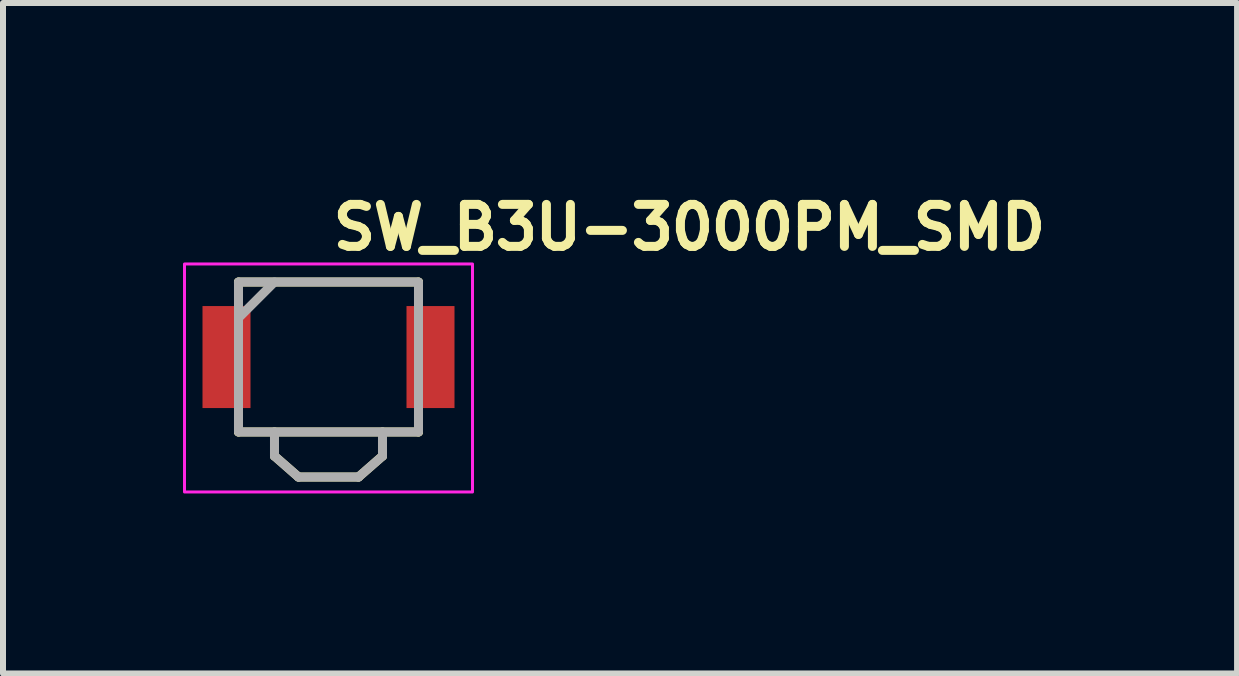
<source format=kicad_pcb>
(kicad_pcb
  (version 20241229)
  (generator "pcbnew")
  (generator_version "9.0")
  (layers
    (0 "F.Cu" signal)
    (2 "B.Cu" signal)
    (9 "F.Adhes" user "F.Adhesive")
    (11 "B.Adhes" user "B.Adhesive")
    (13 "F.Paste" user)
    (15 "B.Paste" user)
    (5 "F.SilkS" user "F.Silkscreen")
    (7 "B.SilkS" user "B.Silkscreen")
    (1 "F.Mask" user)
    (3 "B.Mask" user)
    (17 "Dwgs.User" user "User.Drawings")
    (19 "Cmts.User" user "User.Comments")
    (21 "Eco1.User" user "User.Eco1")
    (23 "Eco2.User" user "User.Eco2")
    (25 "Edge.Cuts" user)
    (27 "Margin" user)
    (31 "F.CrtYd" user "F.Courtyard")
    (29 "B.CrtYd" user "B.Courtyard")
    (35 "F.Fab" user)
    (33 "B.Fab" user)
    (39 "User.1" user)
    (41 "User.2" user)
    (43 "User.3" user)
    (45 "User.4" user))
  (footprint "SW_B3U-3000PM_SMD"
    (layer "F.Cu")
    (at 2.425 3.25)
    (property "Reference" "SW_B3U-3000PM_SMD" (at 0 -2.1 0) (layer "F.SilkS") (effects (font (size 0.7 0.7) (thickness 0.15)) (justify left bottom)))
    (attr smd)
    (fp_line (start -1.5 -1.299) (end -1.5 -1.599) (stroke (width 0.15) (type solid)) (layer "F.SilkS"))
    (fp_line (start -1.5 0.9) (end -1.5 0.6) (stroke (width 0.15) (type solid)) (layer "F.SilkS"))
    (fp_line (start -1.5 0.9) (end 1.5 0.9) (stroke (width 0.15) (type solid)) (layer "F.SilkS"))
    (fp_line (start -0.9 0.9) (end -0.9 1.301) (stroke (width 0.15) (type solid)) (layer "F.SilkS"))
    (fp_line (start -0.5 1.651) (end -0.9 1.301) (stroke (width 0.15) (type solid)) (layer "F.SilkS"))
    (fp_line (start 0.5 1.651) (end -0.5 1.651) (stroke (width 0.15) (type solid)) (layer "F.SilkS"))
    (fp_line (start 0.5 1.651) (end 0.9 1.301) (stroke (width 0.15) (type solid)) (layer "F.SilkS"))
    (fp_line (start 0.9 0.9) (end 0.9 1.301) (stroke (width 0.15) (type solid)) (layer "F.SilkS"))
    (fp_line (start 1.5 -1.599) (end -1.501 -1.599) (stroke (width 0.15) (type solid)) (layer "F.SilkS"))
    (fp_line (start 1.5 -1.299) (end 1.5 -1.599) (stroke (width 0.15) (type solid)) (layer "F.SilkS"))
    (fp_line (start 1.5 0.9) (end 1.5 0.6) (stroke (width 0.15) (type solid)) (layer "F.SilkS"))
    (fp_rect (start -2.4 -1.9) (end 2.4 1.9) (stroke (width 0.05) (type solid)) (fill no) (layer "F.CrtYd"))
    (fp_line (start -0.9 -1.6) (end -1.5 -1) (stroke (width 0.15) (type solid)) (layer "F.Fab"))
    (fp_line (start -0.9 0.9) (end -0.9 1.301) (stroke (width 0.15) (type solid)) (layer "F.Fab"))
    (fp_line (start -0.5 1.651) (end -0.9 1.301) (stroke (width 0.15) (type solid)) (layer "F.Fab"))
    (fp_line (start 0.5 1.651) (end -0.5 1.651) (stroke (width 0.15) (type solid)) (layer "F.Fab"))
    (fp_line (start 0.5 1.651) (end 0.9 1.301) (stroke (width 0.15) (type solid)) (layer "F.Fab"))
    (fp_line (start 0.9 0.9) (end 0.9 1.301) (stroke (width 0.15) (type solid)) (layer "F.Fab"))
    (fp_rect (start -1.5 -1.6) (end 1.5 0.9) (stroke (width 0.15) (type solid)) (fill no) (layer "F.Fab"))
    (fp_rect (start -2 -1.6) (end 2 1.6) (stroke (width 0.1) (type solid)) (fill no) (layer "User.5"))
    (fp_line (start -2.001 -1.05) (end -2.001 0.35) (stroke (width 0.02) (type solid)) (layer "User.9"))
    (fp_line (start -2.001 0.35) (end -1.501 0.35) (stroke (width 0.02) (type solid)) (layer "User.9"))
    (fp_line (start -1.501 -1.486) (end -1.501 -1.599) (stroke (width 0.02) (type solid)) (layer "User.9"))
    (fp_line (start -1.501 -1.486) (end -1.476 -1.48) (stroke (width 0.02) (type solid)) (layer "User.9"))
    (fp_line (start -1.501 -1.244) (end -1.501 -0.945) (stroke (width 0.02) (type solid)) (layer "User.9"))
    (fp_line (start -1.501 -1.05) (end -2.001 -1.05) (stroke (width 0.02) (type solid)) (layer "User.9"))
    (fp_line (start -1.501 -0.945) (end -1.496 -0.945) (stroke (width 0.02) (type solid)) (layer "User.9"))
    (fp_line (start -1.501 0.245) (end -1.501 0.544) (stroke (width 0.02) (type solid)) (layer "User.9"))
    (fp_line (start -1.501 0.544) (end -1.5 0.551) (stroke (width 0.02) (type solid)) (layer "User.9"))
    (fp_line (start -1.501 0.787) (end -1.501 -1.486) (stroke (width 0.02) (type solid)) (layer "User.9"))
    (fp_line (start -1.501 0.787) (end -1.501 0.9) (stroke (width 0.02) (type solid)) (layer "User.9"))
    (fp_line (start -1.501 0.787) (end -1.476 0.779) (stroke (width 0.02) (type solid)) (layer "User.9"))
    (fp_line (start -1.5 -1.256) (end -1.5 -1.251) (stroke (width 0.02) (type solid)) (layer "User.9"))
    (fp_line (start -1.5 -1.251) (end -1.501 -1.244) (stroke (width 0.02) (type solid)) (layer "User.9"))
    (fp_line (start -1.5 0.551) (end -1.5 0.556) (stroke (width 0.02) (type solid)) (layer "User.9"))
    (fp_line (start -1.5 0.556) (end -1.499 0.561) (stroke (width 0.02) (type solid)) (layer "User.9"))
    (fp_line (start -1.499 -1.261) (end -1.5 -1.256) (stroke (width 0.02) (type solid)) (layer "User.9"))
    (fp_line (start -1.499 0.561) (end -1.498 0.566) (stroke (width 0.02) (type solid)) (layer "User.9"))
    (fp_line (start -1.498 -1.266) (end -1.499 -1.261) (stroke (width 0.02) (type solid)) (layer "User.9"))
    (fp_line (start -1.498 0.566) (end -1.497 0.571) (stroke (width 0.02) (type solid)) (layer "User.9"))
    (fp_line (start -1.497 -1.271) (end -1.498 -1.266) (stroke (width 0.02) (type solid)) (layer "User.9"))
    (fp_line (start -1.497 0.571) (end -1.496 0.576) (stroke (width 0.02) (type solid)) (layer "User.9"))
    (fp_line (start -1.496 -1.276) (end -1.497 -1.271) (stroke (width 0.02) (type solid)) (layer "User.9"))
    (fp_line (start -1.496 -0.945) (end -1.492 -0.945) (stroke (width 0.02) (type solid)) (layer "User.9"))
    (fp_line (start -1.496 0.245) (end -1.501 0.245) (stroke (width 0.02) (type solid)) (layer "User.9"))
    (fp_line (start -1.496 0.576) (end -1.494 0.581) (stroke (width 0.02) (type solid)) (layer "User.9"))
    (fp_line (start -1.494 -1.281) (end -1.496 -1.276) (stroke (width 0.02) (type solid)) (layer "User.9"))
    (fp_line (start -1.494 0.581) (end -1.492 0.586) (stroke (width 0.02) (type solid)) (layer "User.9"))
    (fp_line (start -1.492 -1.286) (end -1.494 -1.281) (stroke (width 0.02) (type solid)) (layer "User.9"))
    (fp_line (start -1.492 -0.945) (end -1.488 -0.944) (stroke (width 0.02) (type solid)) (layer "User.9"))
    (fp_line (start -1.492 0.245) (end -1.496 0.245) (stroke (width 0.02) (type solid)) (layer "User.9"))
    (fp_line (start -1.492 0.586) (end -1.491 0.59) (stroke (width 0.02) (type solid)) (layer "User.9"))
    (fp_line (start -1.491 -1.29) (end -1.492 -1.286) (stroke (width 0.02) (type solid)) (layer "User.9"))
    (fp_line (start -1.491 0.59) (end -1.489 0.595) (stroke (width 0.02) (type solid)) (layer "User.9"))
    (fp_line (start -1.489 -1.295) (end -1.491 -1.29) (stroke (width 0.02) (type solid)) (layer "User.9"))
    (fp_line (start -1.489 0.595) (end -1.487 0.6) (stroke (width 0.02) (type solid)) (layer "User.9"))
    (fp_line (start -1.488 -0.944) (end -1.484 -0.944) (stroke (width 0.02) (type solid)) (layer "User.9"))
    (fp_line (start -1.488 0.244) (end -1.492 0.245) (stroke (width 0.02) (type solid)) (layer "User.9"))
    (fp_line (start -1.487 -1.3) (end -1.489 -1.295) (stroke (width 0.02) (type solid)) (layer "User.9"))
    (fp_line (start -1.487 0.6) (end -1.484 0.604) (stroke (width 0.02) (type solid)) (layer "User.9"))
    (fp_line (start -1.484 -1.304) (end -1.487 -1.3) (stroke (width 0.02) (type solid)) (layer "User.9"))
    (fp_line (start -1.484 -0.944) (end -1.48 -0.943) (stroke (width 0.02) (type solid)) (layer "User.9"))
    (fp_line (start -1.484 0.244) (end -1.488 0.244) (stroke (width 0.02) (type solid)) (layer "User.9"))
    (fp_line (start -1.484 0.604) (end -1.481 0.608) (stroke (width 0.02) (type solid)) (layer "User.9"))
    (fp_line (start -1.481 -1.308) (end -1.484 -1.304) (stroke (width 0.02) (type solid)) (layer "User.9"))
    (fp_line (start -1.481 0.608) (end -1.478 0.611) (stroke (width 0.02) (type solid)) (layer "User.9"))
    (fp_line (start -1.48 -0.943) (end -1.475 -0.942) (stroke (width 0.02) (type solid)) (layer "User.9"))
    (fp_line (start -1.48 0.243) (end -1.484 0.244) (stroke (width 0.02) (type solid)) (layer "User.9"))
    (fp_line (start -1.478 -1.311) (end -1.481 -1.308) (stroke (width 0.02) (type solid)) (layer "User.9"))
    (fp_line (start -1.478 0.611) (end -1.473 0.615) (stroke (width 0.02) (type solid)) (layer "User.9"))
    (fp_line (start -1.476 -1.48) (end -1.476 -1.313) (stroke (width 0.02) (type solid)) (layer "User.9"))
    (fp_line (start -1.476 -1.48) (end -1.251 -1.48) (stroke (width 0.02) (type solid)) (layer "User.9"))
    (fp_line (start -1.476 -0.942) (end -1.476 0.242) (stroke (width 0.02) (type solid)) (layer "User.9"))
    (fp_line (start -1.476 0.613) (end -1.476 0.779) (stroke (width 0.02) (type solid)) (layer "User.9"))
    (fp_line (start -1.476 0.779) (end -1.251 0.779) (stroke (width 0.02) (type solid)) (layer "User.9"))
    (fp_line (start -1.475 -0.942) (end -1.467 -0.94) (stroke (width 0.02) (type solid)) (layer "User.9"))
    (fp_line (start -1.475 0.242) (end -1.48 0.243) (stroke (width 0.02) (type solid)) (layer "User.9"))
    (fp_line (start -1.473 -1.315) (end -1.478 -1.311) (stroke (width 0.02) (type solid)) (layer "User.9"))
    (fp_line (start -1.473 0.615) (end -1.47 0.619) (stroke (width 0.02) (type solid)) (layer "User.9"))
    (fp_line (start -1.471 0.241) (end -1.475 0.242) (stroke (width 0.02) (type solid)) (layer "User.9"))
    (fp_line (start -1.47 -1.319) (end -1.473 -1.315) (stroke (width 0.02) (type solid)) (layer "User.9"))
    (fp_line (start -1.47 -1.319) (end -1.47 -1.319) (stroke (width 0.02) (type solid)) (layer "User.9"))
    (fp_line (start -1.47 0.619) (end -1.47 0.619) (stroke (width 0.02) (type solid)) (layer "User.9"))
    (fp_line (start -1.47 0.619) (end -1.466 0.623) (stroke (width 0.02) (type solid)) (layer "User.9"))
    (fp_line (start -1.467 -0.94) (end -1.46 -0.937) (stroke (width 0.02) (type solid)) (layer "User.9"))
    (fp_line (start -1.467 0.24) (end -1.471 0.241) (stroke (width 0.02) (type solid)) (layer "User.9"))
    (fp_line (start -1.466 -1.323) (end -1.47 -1.319) (stroke (width 0.02) (type solid)) (layer "User.9"))
    (fp_line (start -1.466 0.623) (end -1.462 0.626) (stroke (width 0.02) (type solid)) (layer "User.9"))
    (fp_line (start -1.463 0.238) (end -1.467 0.24) (stroke (width 0.02) (type solid)) (layer "User.9"))
    (fp_line (start -1.462 -1.326) (end -1.466 -1.323) (stroke (width 0.02) (type solid)) (layer "User.9"))
    (fp_line (start -1.462 0.626) (end -1.459 0.629) (stroke (width 0.02) (type solid)) (layer "User.9"))
    (fp_line (start -1.46 -0.937) (end -1.452 -0.933) (stroke (width 0.02) (type solid)) (layer "User.9"))
    (fp_line (start -1.46 0.237) (end -1.463 0.238) (stroke (width 0.02) (type solid)) (layer "User.9"))
    (fp_line (start -1.459 -1.329) (end -1.462 -1.326) (stroke (width 0.02) (type solid)) (layer "User.9"))
    (fp_line (start -1.459 0.629) (end -1.455 0.632) (stroke (width 0.02) (type solid)) (layer "User.9"))
    (fp_line (start -1.456 0.235) (end -1.46 0.237) (stroke (width 0.02) (type solid)) (layer "User.9"))
    (fp_line (start -1.455 -1.332) (end -1.459 -1.329) (stroke (width 0.02) (type solid)) (layer "User.9"))
    (fp_line (start -1.455 0.632) (end -1.45 0.635) (stroke (width 0.02) (type solid)) (layer "User.9"))
    (fp_line (start -1.452 -0.933) (end -1.444 -0.929) (stroke (width 0.02) (type solid)) (layer "User.9"))
    (fp_line (start -1.452 0.233) (end -1.456 0.235) (stroke (width 0.02) (type solid)) (layer "User.9"))
    (fp_line (start -1.45 -1.335) (end -1.455 -1.332) (stroke (width 0.02) (type solid)) (layer "User.9"))
    (fp_line (start -1.45 -0.752) (end -1.45 0.052) (stroke (width 0.02) (type solid)) (layer "User.9"))
    (fp_line (start -1.45 0.052) (end -1.446 0.055) (stroke (width 0.02) (type solid)) (layer "User.9"))
    (fp_line (start -1.45 0.635) (end -1.446 0.637) (stroke (width 0.02) (type solid)) (layer "User.9"))
    (fp_line (start -1.449 -1.599) (end -1.289 -1.599) (stroke (width 0.02) (type solid)) (layer "User.9"))
    (fp_line (start -1.449 0.231) (end -1.452 0.233) (stroke (width 0.02) (type solid)) (layer "User.9"))
    (fp_line (start -1.446 -1.337) (end -1.45 -1.335) (stroke (width 0.02) (type solid)) (layer "User.9"))
    (fp_line (start -1.446 0.055) (end -1.442 0.057) (stroke (width 0.02) (type solid)) (layer "User.9"))
    (fp_line (start -1.446 0.637) (end -1.44 0.64) (stroke (width 0.02) (type solid)) (layer "User.9"))
    (fp_line (start -1.444 -0.929) (end -1.437 -0.925) (stroke (width 0.02) (type solid)) (layer "User.9"))
    (fp_line (start -1.444 0.229) (end -1.449 0.231) (stroke (width 0.02) (type solid)) (layer "User.9"))
    (fp_line (start -1.442 -0.757) (end -1.45 -0.752) (stroke (width 0.02) (type solid)) (layer "User.9"))
    (fp_line (start -1.442 0.057) (end -1.438 0.06) (stroke (width 0.02) (type solid)) (layer "User.9"))
    (fp_line (start -1.441 0.227) (end -1.444 0.229) (stroke (width 0.02) (type solid)) (layer "User.9"))
    (fp_line (start -1.44 -1.34) (end -1.446 -1.337) (stroke (width 0.02) (type solid)) (layer "User.9"))
    (fp_line (start -1.44 0.64) (end -1.435 0.642) (stroke (width 0.02) (type solid)) (layer "User.9"))
    (fp_line (start -1.438 0.06) (end -1.435 0.062) (stroke (width 0.02) (type solid)) (layer "User.9"))
    (fp_line (start -1.437 -0.925) (end -1.431 -0.919) (stroke (width 0.02) (type solid)) (layer "User.9"))
    (fp_line (start -1.437 0.225) (end -1.441 0.227) (stroke (width 0.02) (type solid)) (layer "User.9"))
    (fp_line (start -1.435 -1.342) (end -1.44 -1.34) (stroke (width 0.02) (type solid)) (layer "User.9"))
    (fp_line (start -1.435 -0.762) (end -1.442 -0.757) (stroke (width 0.02) (type solid)) (layer "User.9"))
    (fp_line (start -1.435 0.062) (end -1.432 0.065) (stroke (width 0.02) (type solid)) (layer "User.9"))
    (fp_line (start -1.435 0.642) (end -1.431 0.644) (stroke (width 0.02) (type solid)) (layer "User.9"))
    (fp_line (start -1.434 0.222) (end -1.437 0.225) (stroke (width 0.02) (type solid)) (layer "User.9"))
    (fp_line (start -1.432 0.065) (end -1.428 0.067) (stroke (width 0.02) (type solid)) (layer "User.9"))
    (fp_line (start -1.431 -1.344) (end -1.435 -1.342) (stroke (width 0.02) (type solid)) (layer "User.9"))
    (fp_line (start -1.431 -0.919) (end -1.425 -0.914) (stroke (width 0.02) (type solid)) (layer "User.9"))
    (fp_line (start -1.431 0.219) (end -1.434 0.222) (stroke (width 0.02) (type solid)) (layer "User.9"))
    (fp_line (start -1.431 0.644) (end -1.426 0.645) (stroke (width 0.02) (type solid)) (layer "User.9"))
    (fp_line (start -1.428 -0.767) (end -1.435 -0.762) (stroke (width 0.02) (type solid)) (layer "User.9"))
    (fp_line (start -1.428 0.067) (end -1.425 0.07) (stroke (width 0.02) (type solid)) (layer "User.9"))
    (fp_line (start -1.428 0.217) (end -1.431 0.219) (stroke (width 0.02) (type solid)) (layer "User.9"))
    (fp_line (start -1.426 -1.345) (end -1.431 -1.344) (stroke (width 0.02) (type solid)) (layer "User.9"))
    (fp_line (start -1.426 0.645) (end -1.421 0.647) (stroke (width 0.02) (type solid)) (layer "User.9"))
    (fp_line (start -1.425 -0.914) (end -1.419 -0.907) (stroke (width 0.02) (type solid)) (layer "User.9"))
    (fp_line (start -1.425 0.07) (end -1.423 0.073) (stroke (width 0.02) (type solid)) (layer "User.9"))
    (fp_line (start -1.425 0.214) (end -1.428 0.217) (stroke (width 0.02) (type solid)) (layer "User.9"))
    (fp_line (start -1.423 -0.773) (end -1.428 -0.767) (stroke (width 0.02) (type solid)) (layer "User.9"))
    (fp_line (start -1.423 0.073) (end -1.42 0.076) (stroke (width 0.02) (type solid)) (layer "User.9"))
    (fp_line (start -1.422 0.21) (end -1.425 0.214) (stroke (width 0.02) (type solid)) (layer "User.9"))
    (fp_line (start -1.421 -1.347) (end -1.426 -1.345) (stroke (width 0.02) (type solid)) (layer "User.9"))
    (fp_line (start -1.421 0.647) (end -1.416 0.648) (stroke (width 0.02) (type solid)) (layer "User.9"))
    (fp_line (start -1.42 0.076) (end -1.417 0.08) (stroke (width 0.02) (type solid)) (layer "User.9"))
    (fp_line (start -1.419 -0.907) (end -1.414 -0.9) (stroke (width 0.02) (type solid)) (layer "User.9"))
    (fp_line (start -1.419 0.207) (end -1.422 0.21) (stroke (width 0.02) (type solid)) (layer "User.9"))
    (fp_line (start -1.417 -0.78) (end -1.423 -0.773) (stroke (width 0.02) (type solid)) (layer "User.9"))
    (fp_line (start -1.417 0.08) (end -1.415 0.083) (stroke (width 0.02) (type solid)) (layer "User.9"))
    (fp_line (start -1.417 0.204) (end -1.419 0.207) (stroke (width 0.02) (type solid)) (layer "User.9"))
    (fp_line (start -1.416 -1.348) (end -1.421 -1.347) (stroke (width 0.02) (type solid)) (layer "User.9"))
    (fp_line (start -1.416 0.648) (end -1.412 0.649) (stroke (width 0.02) (type solid)) (layer "User.9"))
    (fp_line (start -1.415 0.083) (end -1.413 0.087) (stroke (width 0.02) (type solid)) (layer "User.9"))
    (fp_line (start -1.414 -0.9) (end -1.411 -0.893) (stroke (width 0.02) (type solid)) (layer "User.9"))
    (fp_line (start -1.414 0.2) (end -1.417 0.204) (stroke (width 0.02) (type solid)) (layer "User.9"))
    (fp_line (start -1.413 -0.787) (end -1.417 -0.78) (stroke (width 0.02) (type solid)) (layer "User.9"))
    (fp_line (start -1.413 0.087) (end -1.411 0.09) (stroke (width 0.02) (type solid)) (layer "User.9"))
    (fp_line (start -1.412 -1.349) (end -1.416 -1.348) (stroke (width 0.02) (type solid)) (layer "User.9"))
    (fp_line (start -1.412 0.197) (end -1.414 0.2) (stroke (width 0.02) (type solid)) (layer "User.9"))
    (fp_line (start -1.412 0.649) (end -1.406 0.649) (stroke (width 0.02) (type solid)) (layer "User.9"))
    (fp_line (start -1.411 -0.893) (end -1.409 -0.889) (stroke (width 0.02) (type solid)) (layer "User.9"))
    (fp_line (start -1.411 0.09) (end -1.409 0.094) (stroke (width 0.02) (type solid)) (layer "User.9"))
    (fp_line (start -1.411 0.193) (end -1.412 0.197) (stroke (width 0.02) (type solid)) (layer "User.9"))
    (fp_line (start -1.409 -0.889) (end -1.407 -0.885) (stroke (width 0.02) (type solid)) (layer "User.9"))
    (fp_line (start -1.409 -0.794) (end -1.413 -0.787) (stroke (width 0.02) (type solid)) (layer "User.9"))
    (fp_line (start -1.409 0.094) (end -1.408 0.099) (stroke (width 0.02) (type solid)) (layer "User.9"))
    (fp_line (start -1.409 0.189) (end -1.411 0.193) (stroke (width 0.02) (type solid)) (layer "User.9"))
    (fp_line (start -1.408 0.099) (end -1.406 0.102) (stroke (width 0.02) (type solid)) (layer "User.9"))
    (fp_line (start -1.407 -1.349) (end -1.412 -1.349) (stroke (width 0.02) (type solid)) (layer "User.9"))
    (fp_line (start -1.407 -0.885) (end -1.405 -0.882) (stroke (width 0.02) (type solid)) (layer "User.9"))
    (fp_line (start -1.407 0.185) (end -1.409 0.189) (stroke (width 0.02) (type solid)) (layer "User.9"))
    (fp_line (start -1.406 -0.802) (end -1.409 -0.794) (stroke (width 0.02) (type solid)) (layer "User.9"))
    (fp_line (start -1.406 0.102) (end -1.404 0.106) (stroke (width 0.02) (type solid)) (layer "User.9"))
    (fp_line (start -1.406 0.649) (end -1.401 0.65) (stroke (width 0.02) (type solid)) (layer "User.9"))
    (fp_line (start -1.405 -0.882) (end -1.404 -0.877) (stroke (width 0.02) (type solid)) (layer "User.9"))
    (fp_line (start -1.405 0.182) (end -1.407 0.185) (stroke (width 0.02) (type solid)) (layer "User.9"))
    (fp_line (start -1.404 -0.877) (end -1.402 -0.873) (stroke (width 0.02) (type solid)) (layer "User.9"))
    (fp_line (start -1.404 0.106) (end -1.403 0.11) (stroke (width 0.02) (type solid)) (layer "User.9"))
    (fp_line (start -1.404 0.177) (end -1.405 0.182) (stroke (width 0.02) (type solid)) (layer "User.9"))
    (fp_line (start -1.403 -0.81) (end -1.406 -0.802) (stroke (width 0.02) (type solid)) (layer "User.9"))
    (fp_line (start -1.403 0.11) (end -1.402 0.114) (stroke (width 0.02) (type solid)) (layer "User.9"))
    (fp_line (start -1.402 -0.873) (end -1.401 -0.869) (stroke (width 0.02) (type solid)) (layer "User.9"))
    (fp_line (start -1.402 0.114) (end -1.401 0.118) (stroke (width 0.02) (type solid)) (layer "User.9"))
    (fp_line (start -1.402 0.173) (end -1.404 0.177) (stroke (width 0.02) (type solid)) (layer "User.9"))
    (fp_line (start -1.401 -1.351) (end -1.407 -1.349) (stroke (width 0.02) (type solid)) (layer "User.9"))
    (fp_line (start -1.401 -0.869) (end -1.401 -0.869) (stroke (width 0.02) (type solid)) (layer "User.9"))
    (fp_line (start -1.401 -0.869) (end -1.399 -0.86) (stroke (width 0.02) (type solid)) (layer "User.9"))
    (fp_line (start -1.401 -0.818) (end -1.403 -0.81) (stroke (width 0.02) (type solid)) (layer "User.9"))
    (fp_line (start -1.401 0.118) (end -1.4 0.122) (stroke (width 0.02) (type solid)) (layer "User.9"))
    (fp_line (start -1.401 0.169) (end -1.402 0.173) (stroke (width 0.02) (type solid)) (layer "User.9"))
    (fp_line (start -1.401 0.169) (end -1.401 0.169) (stroke (width 0.02) (type solid)) (layer "User.9"))
    (fp_line (start -1.401 0.65) (end -1.396 0.65) (stroke (width 0.02) (type solid)) (layer "User.9"))
    (fp_line (start -1.4 0.122) (end -1.399 0.127) (stroke (width 0.02) (type solid)) (layer "User.9"))
    (fp_line (start -1.4 0.165) (end -1.401 0.169) (stroke (width 0.02) (type solid)) (layer "User.9"))
    (fp_line (start -1.399 -0.86) (end -1.398 -0.851) (stroke (width 0.02) (type solid)) (layer "User.9"))
    (fp_line (start -1.399 -0.827) (end -1.401 -0.818) (stroke (width 0.02) (type solid)) (layer "User.9"))
    (fp_line (start -1.399 0.127) (end -1.398 0.13) (stroke (width 0.02) (type solid)) (layer "User.9"))
    (fp_line (start -1.399 0.155) (end -1.399 0.16) (stroke (width 0.02) (type solid)) (layer "User.9"))
    (fp_line (start -1.399 0.16) (end -1.4 0.165) (stroke (width 0.02) (type solid)) (layer "User.9"))
    (fp_line (start -1.398 -0.851) (end -1.398 -0.842) (stroke (width 0.02) (type solid)) (layer "User.9"))
    (fp_line (start -1.398 -0.842) (end -1.398 -0.834) (stroke (width 0.02) (type solid)) (layer "User.9"))
    (fp_line (start -1.398 -0.834) (end -1.399 -0.827) (stroke (width 0.02) (type solid)) (layer "User.9"))
    (fp_line (start -1.398 0.13) (end -1.398 0.134) (stroke (width 0.02) (type solid)) (layer "User.9"))
    (fp_line (start -1.398 0.134) (end -1.398 0.138) (stroke (width 0.02) (type solid)) (layer "User.9"))
    (fp_line (start -1.398 0.138) (end -1.398 0.142) (stroke (width 0.02) (type solid)) (layer "User.9"))
    (fp_line (start -1.398 0.142) (end -1.398 0.147) (stroke (width 0.02) (type solid)) (layer "User.9"))
    (fp_line (start -1.398 0.147) (end -1.398 0.151) (stroke (width 0.02) (type solid)) (layer "User.9"))
    (fp_line (start -1.398 0.151) (end -1.399 0.155) (stroke (width 0.02) (type solid)) (layer "User.9"))
    (fp_line (start -1.396 -1.351) (end -1.401 -1.351) (stroke (width 0.02) (type solid)) (layer "User.9"))
    (fp_line (start -1.396 0.65) (end -1.335 0.65) (stroke (width 0.02) (type solid)) (layer "User.9"))
    (fp_line (start -1.351 -1.599) (end -1.501 -1.599) (stroke (width 0.02) (type solid)) (layer "User.9"))
    (fp_line (start -1.351 0.9) (end -1.501 0.9) (stroke (width 0.02) (type solid)) (layer "User.9"))
    (fp_line (start -1.342 -1.601) (end -1.351 -1.599) (stroke (width 0.02) (type solid)) (layer "User.9"))
    (fp_line (start -1.342 0.9) (end -1.351 0.9) (stroke (width 0.02) (type solid)) (layer "User.9"))
    (fp_line (start -1.335 -1.351) (end -1.396 -1.351) (stroke (width 0.02) (type solid)) (layer "User.9"))
    (fp_line (start -1.335 0.65) (end -1.329 0.65) (stroke (width 0.02) (type solid)) (layer "User.9"))
    (fp_line (start -1.333 -1.599) (end -1.342 -1.601) (stroke (width 0.02) (type solid)) (layer "User.9"))
    (fp_line (start -1.333 0.9) (end -1.342 0.9) (stroke (width 0.02) (type solid)) (layer "User.9"))
    (fp_line (start -1.329 -1.351) (end -1.335 -1.351) (stroke (width 0.02) (type solid)) (layer "User.9"))
    (fp_line (start -1.329 0.65) (end -1.324 0.65) (stroke (width 0.02) (type solid)) (layer "User.9"))
    (fp_line (start -1.324 -1.599) (end -1.333 -1.599) (stroke (width 0.02) (type solid)) (layer "User.9"))
    (fp_line (start -1.324 -1.351) (end -1.329 -1.351) (stroke (width 0.02) (type solid)) (layer "User.9"))
    (fp_line (start -1.324 0.65) (end -1.319 0.652) (stroke (width 0.02) (type solid)) (layer "User.9"))
    (fp_line (start -1.324 0.9) (end -1.333 0.9) (stroke (width 0.02) (type solid)) (layer "User.9"))
    (fp_line (start -1.319 -1.351) (end -1.324 -1.351) (stroke (width 0.02) (type solid)) (layer "User.9"))
    (fp_line (start -1.319 0.652) (end -1.313 0.652) (stroke (width 0.02) (type solid)) (layer "User.9"))
    (fp_line (start -1.313 -1.599) (end -1.324 -1.599) (stroke (width 0.02) (type solid)) (layer "User.9"))
    (fp_line (start -1.313 -1.353) (end -1.319 -1.351) (stroke (width 0.02) (type solid)) (layer "User.9"))
    (fp_line (start -1.313 0.652) (end -1.308 0.654) (stroke (width 0.02) (type solid)) (layer "User.9"))
    (fp_line (start -1.313 0.898) (end -1.324 0.9) (stroke (width 0.02) (type solid)) (layer "User.9"))
    (fp_line (start -1.308 -1.353) (end -1.313 -1.353) (stroke (width 0.02) (type solid)) (layer "User.9"))
    (fp_line (start -1.308 0.654) (end -1.303 0.656) (stroke (width 0.02) (type solid)) (layer "User.9"))
    (fp_line (start -1.304 -1.597) (end -1.313 -1.599) (stroke (width 0.02) (type solid)) (layer "User.9"))
    (fp_line (start -1.304 0.898) (end -1.313 0.898) (stroke (width 0.02) (type solid)) (layer "User.9"))
    (fp_line (start -1.303 -1.355) (end -1.308 -1.353) (stroke (width 0.02) (type solid)) (layer "User.9"))
    (fp_line (start -1.303 0.656) (end -1.298 0.656) (stroke (width 0.02) (type solid)) (layer "User.9"))
    (fp_line (start -1.298 -1.357) (end -1.303 -1.355) (stroke (width 0.02) (type solid)) (layer "User.9"))
    (fp_line (start -1.298 0.656) (end -1.293 0.658) (stroke (width 0.02) (type solid)) (layer "User.9"))
    (fp_line (start -1.296 -1.595) (end -1.304 -1.597) (stroke (width 0.02) (type solid)) (layer "User.9"))
    (fp_line (start -1.296 0.896) (end -1.304 0.898) (stroke (width 0.02) (type solid)) (layer "User.9"))
    (fp_line (start -1.293 -1.359) (end -1.298 -1.357) (stroke (width 0.02) (type solid)) (layer "User.9"))
    (fp_line (start -1.293 0.658) (end -1.288 0.66) (stroke (width 0.02) (type solid)) (layer "User.9"))
    (fp_line (start -1.289 -1.599) (end -1.228 -1.599) (stroke (width 0.02) (type solid)) (layer "User.9"))
    (fp_line (start -1.289 0.9) (end -1.449 0.9) (stroke (width 0.02) (type solid)) (layer "User.9"))
    (fp_line (start -1.288 -1.595) (end -1.296 -1.595) (stroke (width 0.02) (type solid)) (layer "User.9"))
    (fp_line (start -1.288 -1.361) (end -1.293 -1.359) (stroke (width 0.02) (type solid)) (layer "User.9"))
    (fp_line (start -1.288 0.66) (end -1.284 0.662) (stroke (width 0.02) (type solid)) (layer "User.9"))
    (fp_line (start -1.288 0.894) (end -1.296 0.896) (stroke (width 0.02) (type solid)) (layer "User.9"))
    (fp_line (start -1.284 -1.363) (end -1.288 -1.361) (stroke (width 0.02) (type solid)) (layer "User.9"))
    (fp_line (start -1.284 0.662) (end -1.28 0.666) (stroke (width 0.02) (type solid)) (layer "User.9"))
    (fp_line (start -1.281 -1.593) (end -1.288 -1.595) (stroke (width 0.02) (type solid)) (layer "User.9"))
    (fp_line (start -1.281 0.892) (end -1.288 0.894) (stroke (width 0.02) (type solid)) (layer "User.9"))
    (fp_line (start -1.28 -1.365) (end -1.284 -1.363) (stroke (width 0.02) (type solid)) (layer "User.9"))
    (fp_line (start -1.28 0.666) (end -1.276 0.668) (stroke (width 0.02) (type solid)) (layer "User.9"))
    (fp_line (start -1.276 -1.369) (end -1.28 -1.365) (stroke (width 0.02) (type solid)) (layer "User.9"))
    (fp_line (start -1.276 0.668) (end -1.272 0.672) (stroke (width 0.02) (type solid)) (layer "User.9"))
    (fp_line (start -1.274 -1.591) (end -1.281 -1.593) (stroke (width 0.02) (type solid)) (layer "User.9"))
    (fp_line (start -1.274 0.89) (end -1.281 0.892) (stroke (width 0.02) (type solid)) (layer "User.9"))
    (fp_line (start -1.272 -1.371) (end -1.276 -1.369) (stroke (width 0.02) (type solid)) (layer "User.9"))
    (fp_line (start -1.272 0.672) (end -1.268 0.675) (stroke (width 0.02) (type solid)) (layer "User.9"))
    (fp_line (start -1.268 -1.589) (end -1.274 -1.591) (stroke (width 0.02) (type solid)) (layer "User.9"))
    (fp_line (start -1.268 -1.374) (end -1.272 -1.371) (stroke (width 0.02) (type solid)) (layer "User.9"))
    (fp_line (start -1.268 0.675) (end -1.264 0.677) (stroke (width 0.02) (type solid)) (layer "User.9"))
    (fp_line (start -1.268 0.888) (end -1.274 0.89) (stroke (width 0.02) (type solid)) (layer "User.9"))
    (fp_line (start -1.264 -1.378) (end -1.268 -1.374) (stroke (width 0.02) (type solid)) (layer "User.9"))
    (fp_line (start -1.264 0.677) (end -1.26 0.681) (stroke (width 0.02) (type solid)) (layer "User.9"))
    (fp_line (start -1.263 -1.587) (end -1.268 -1.589) (stroke (width 0.02) (type solid)) (layer "User.9"))
    (fp_line (start -1.263 0.886) (end -1.268 0.888) (stroke (width 0.02) (type solid)) (layer "User.9"))
    (fp_line (start -1.26 -1.585) (end -1.263 -1.587) (stroke (width 0.02) (type solid)) (layer "User.9"))
    (fp_line (start -1.26 -1.38) (end -1.264 -1.378) (stroke (width 0.02) (type solid)) (layer "User.9"))
    (fp_line (start -1.26 0.681) (end -1.257 0.685) (stroke (width 0.02) (type solid)) (layer "User.9"))
    (fp_line (start -1.26 0.886) (end -1.263 0.886) (stroke (width 0.02) (type solid)) (layer "User.9"))
    (fp_line (start -1.258 -1.585) (end -1.26 -1.585) (stroke (width 0.02) (type solid)) (layer "User.9"))
    (fp_line (start -1.258 0.884) (end -1.26 0.886) (stroke (width 0.02) (type solid)) (layer "User.9"))
    (fp_line (start -1.257 -1.384) (end -1.26 -1.38) (stroke (width 0.02) (type solid)) (layer "User.9"))
    (fp_line (start -1.257 0.685) (end -1.254 0.689) (stroke (width 0.02) (type solid)) (layer "User.9"))
    (fp_line (start -1.256 -1.583) (end -1.258 -1.585) (stroke (width 0.02) (type solid)) (layer "User.9"))
    (fp_line (start -1.256 0.882) (end -1.258 0.884) (stroke (width 0.02) (type solid)) (layer "User.9"))
    (fp_line (start -1.255 -1.581) (end -1.256 -1.583) (stroke (width 0.02) (type solid)) (layer "User.9"))
    (fp_line (start -1.255 0.882) (end -1.256 0.882) (stroke (width 0.02) (type solid)) (layer "User.9"))
    (fp_line (start -1.254 -1.581) (end -1.255 -1.581) (stroke (width 0.02) (type solid)) (layer "User.9"))
    (fp_line (start -1.254 -1.388) (end -1.257 -1.384) (stroke (width 0.02) (type solid)) (layer "User.9"))
    (fp_line (start -1.254 0.689) (end -1.249 0.693) (stroke (width 0.02) (type solid)) (layer "User.9"))
    (fp_line (start -1.254 0.88) (end -1.255 0.882) (stroke (width 0.02) (type solid)) (layer "User.9"))
    (fp_line (start -1.251 -1.579) (end -1.254 -1.581) (stroke (width 0.02) (type solid)) (layer "User.9"))
    (fp_line (start -1.251 -1.579) (end -1.251 -1.579) (stroke (width 0.02) (type solid)) (layer "User.9"))
    (fp_line (start -1.251 -1.575) (end -1.25 -1.575) (stroke (width 0.02) (type solid)) (layer "User.9"))
    (fp_line (start -1.251 -1.48) (end -1.251 -1.575) (stroke (width 0.02) (type solid)) (layer "User.9"))
    (fp_line (start -1.251 -1.48) (end -1.228 -1.48) (stroke (width 0.02) (type solid)) (layer "User.9"))
    (fp_line (start -1.251 -1.454) (end -1.251 -1.48) (stroke (width 0.02) (type solid)) (layer "User.9"))
    (fp_line (start -1.251 0.755) (end -1.251 0.779) (stroke (width 0.02) (type solid)) (layer "User.9"))
    (fp_line (start -1.251 0.755) (end -1.228 0.755) (stroke (width 0.02) (type solid)) (layer "User.9"))
    (fp_line (start -1.251 0.779) (end -1.251 0.874) (stroke (width 0.02) (type solid)) (layer "User.9"))
    (fp_line (start -1.251 0.874) (end -1.25 0.876) (stroke (width 0.02) (type solid)) (layer "User.9"))
    (fp_line (start -1.251 0.878) (end -1.251 0.88) (stroke (width 0.02) (type solid)) (layer "User.9"))
    (fp_line (start -1.251 0.88) (end -1.254 0.88) (stroke (width 0.02) (type solid)) (layer "User.9"))
    (fp_line (start -1.25 -1.577) (end -1.251 -1.579) (stroke (width 0.02) (type solid)) (layer "User.9"))
    (fp_line (start -1.25 -1.575) (end -1.25 -1.577) (stroke (width 0.02) (type solid)) (layer "User.9"))
    (fp_line (start -1.25 0.876) (end -1.25 0.878) (stroke (width 0.02) (type solid)) (layer "User.9"))
    (fp_line (start -1.25 0.878) (end -1.251 0.878) (stroke (width 0.02) (type solid)) (layer "User.9"))
    (fp_line (start -1.249 -1.392) (end -1.254 -1.388) (stroke (width 0.02) (type solid)) (layer "User.9"))
    (fp_line (start -1.249 0.693) (end -1.247 0.697) (stroke (width 0.02) (type solid)) (layer "User.9"))
    (fp_line (start -1.247 -1.396) (end -1.249 -1.392) (stroke (width 0.02) (type solid)) (layer "User.9"))
    (fp_line (start -1.247 0.697) (end -1.244 0.701) (stroke (width 0.02) (type solid)) (layer "User.9"))
    (fp_line (start -1.244 -1.4) (end -1.247 -1.396) (stroke (width 0.02) (type solid)) (layer "User.9"))
    (fp_line (start -1.244 0.701) (end -1.241 0.705) (stroke (width 0.02) (type solid)) (layer "User.9"))
    (fp_line (start -1.241 -1.406) (end -1.244 -1.4) (stroke (width 0.02) (type solid)) (layer "User.9"))
    (fp_line (start -1.241 0.705) (end -1.239 0.709) (stroke (width 0.02) (type solid)) (layer "User.9"))
    (fp_line (start -1.239 -1.41) (end -1.241 -1.406) (stroke (width 0.02) (type solid)) (layer "User.9"))
    (fp_line (start -1.239 0.709) (end -1.237 0.715) (stroke (width 0.02) (type solid)) (layer "User.9"))
    (fp_line (start -1.237 -1.414) (end -1.239 -1.41) (stroke (width 0.02) (type solid)) (layer "User.9"))
    (fp_line (start -1.237 0.715) (end -1.235 0.719) (stroke (width 0.02) (type solid)) (layer "User.9"))
    (fp_line (start -1.235 -1.418) (end -1.237 -1.414) (stroke (width 0.02) (type solid)) (layer "User.9"))
    (fp_line (start -1.235 0.719) (end -1.233 0.723) (stroke (width 0.02) (type solid)) (layer "User.9"))
    (fp_line (start -1.233 -1.424) (end -1.235 -1.418) (stroke (width 0.02) (type solid)) (layer "User.9"))
    (fp_line (start -1.233 0.723) (end -1.232 0.729) (stroke (width 0.02) (type solid)) (layer "User.9"))
    (fp_line (start -1.232 -1.428) (end -1.233 -1.424) (stroke (width 0.02) (type solid)) (layer "User.9"))
    (fp_line (start -1.232 0.729) (end -1.23 0.733) (stroke (width 0.02) (type solid)) (layer "User.9"))
    (fp_line (start -1.23 -1.434) (end -1.232 -1.428) (stroke (width 0.02) (type solid)) (layer "User.9"))
    (fp_line (start -1.23 0.733) (end -1.229 0.739) (stroke (width 0.02) (type solid)) (layer "User.9"))
    (fp_line (start -1.229 -1.444) (end -1.229 -1.44) (stroke (width 0.02) (type solid)) (layer "User.9"))
    (fp_line (start -1.229 -1.44) (end -1.23 -1.434) (stroke (width 0.02) (type solid)) (layer "User.9"))
    (fp_line (start -1.229 0.739) (end -1.229 0.745) (stroke (width 0.02) (type solid)) (layer "User.9"))
    (fp_line (start -1.229 0.745) (end -1.228 0.749) (stroke (width 0.02) (type solid)) (layer "User.9"))
    (fp_line (start -1.228 -1.454) (end -1.251 -1.454) (stroke (width 0.02) (type solid)) (layer "User.9"))
    (fp_line (start -1.228 -1.454) (end -1.228 -1.599) (stroke (width 0.02) (type solid)) (layer "User.9"))
    (fp_line (start -1.228 -1.454) (end -1.228 -1.45) (stroke (width 0.02) (type solid)) (layer "User.9"))
    (fp_line (start -1.228 -1.45) (end -1.229 -1.444) (stroke (width 0.02) (type solid)) (layer "User.9"))
    (fp_line (start -1.228 0.749) (end -1.228 0.755) (stroke (width 0.02) (type solid)) (layer "User.9"))
    (fp_line (start -1.228 0.779) (end -1.251 0.779) (stroke (width 0.02) (type solid)) (layer "User.9"))
    (fp_line (start -1.228 0.9) (end -1.289 0.9) (stroke (width 0.02) (type solid)) (layer "User.9"))
    (fp_line (start -1.228 0.9) (end -1.228 0.755) (stroke (width 0.02) (type solid)) (layer "User.9"))
    (fp_line (start -0.932 0.795) (end -0.931 0.789) (stroke (width 0.02) (type solid)) (layer "User.9"))
    (fp_line (start -0.932 0.801) (end -0.932 0.755) (stroke (width 0.02) (type solid)) (layer "User.9"))
    (fp_line (start -0.932 0.801) (end -0.932 0.795) (stroke (width 0.02) (type solid)) (layer "User.9"))
    (fp_line (start -0.932 0.801) (end -0.932 0.9) (stroke (width 0.02) (type solid)) (layer "User.9"))
    (fp_line (start -0.932 0.9) (end -1.228 0.9) (stroke (width 0.02) (type solid)) (layer "User.9"))
    (fp_line (start -0.931 0.789) (end -0.93 0.783) (stroke (width 0.02) (type solid)) (layer "User.9"))
    (fp_line (start -0.93 0.783) (end -0.929 0.777) (stroke (width 0.02) (type solid)) (layer "User.9"))
    (fp_line (start -0.929 0.777) (end -0.928 0.771) (stroke (width 0.02) (type solid)) (layer "User.9"))
    (fp_line (start -0.928 0.771) (end -0.926 0.765) (stroke (width 0.02) (type solid)) (layer "User.9"))
    (fp_line (start -0.926 0.765) (end -0.924 0.759) (stroke (width 0.02) (type solid)) (layer "User.9"))
    (fp_line (start -0.924 0.759) (end -0.922 0.753) (stroke (width 0.02) (type solid)) (layer "User.9"))
    (fp_line (start -0.923 0.755) (end 0.921 0.755) (stroke (width 0.02) (type solid)) (layer "User.9"))
    (fp_line (start -0.922 0.753) (end -0.92 0.747) (stroke (width 0.02) (type solid)) (layer "User.9"))
    (fp_line (start -0.92 0.747) (end -0.917 0.743) (stroke (width 0.02) (type solid)) (layer "User.9"))
    (fp_line (start -0.917 0.743) (end -0.914 0.737) (stroke (width 0.02) (type solid)) (layer "User.9"))
    (fp_line (start -0.914 0.737) (end -0.911 0.733) (stroke (width 0.02) (type solid)) (layer "User.9"))
    (fp_line (start -0.911 0.733) (end -0.907 0.727) (stroke (width 0.02) (type solid)) (layer "User.9"))
    (fp_line (start -0.907 0.727) (end -0.904 0.723) (stroke (width 0.02) (type solid)) (layer "User.9"))
    (fp_line (start -0.905 0.799) (end -0.905 0.779) (stroke (width 0.02) (type solid)) (layer "User.9"))
    (fp_line (start -0.905 0.804) (end -0.905 0.799) (stroke (width 0.02) (type solid)) (layer "User.9"))
    (fp_line (start -0.905 0.806) (end -0.905 0.804) (stroke (width 0.02) (type solid)) (layer "User.9"))
    (fp_line (start -0.905 0.81) (end -0.905 0.806) (stroke (width 0.02) (type solid)) (layer "User.9"))
    (fp_line (start -0.905 0.812) (end -0.905 0.81) (stroke (width 0.02) (type solid)) (layer "User.9"))
    (fp_line (start -0.904 0.723) (end -0.9 0.719) (stroke (width 0.02) (type solid)) (layer "User.9"))
    (fp_line (start -0.904 0.816) (end -0.905 0.812) (stroke (width 0.02) (type solid)) (layer "User.9"))
    (fp_line (start -0.904 0.818) (end -0.904 0.816) (stroke (width 0.02) (type solid)) (layer "User.9"))
    (fp_line (start -0.903 0.822) (end -0.904 0.818) (stroke (width 0.02) (type solid)) (layer "User.9"))
    (fp_line (start -0.902 0.826) (end -0.903 0.822) (stroke (width 0.02) (type solid)) (layer "User.9"))
    (fp_line (start -0.901 0.828) (end -0.902 0.826) (stroke (width 0.02) (type solid)) (layer "User.9"))
    (fp_line (start -0.9 0.719) (end -0.896 0.715) (stroke (width 0.02) (type solid)) (layer "User.9"))
    (fp_line (start -0.9 0.832) (end -0.901 0.828) (stroke (width 0.02) (type solid)) (layer "User.9"))
    (fp_line (start -0.898 0.838) (end -0.9 0.832) (stroke (width 0.02) (type solid)) (layer "User.9"))
    (fp_line (start -0.896 0.715) (end -0.892 0.711) (stroke (width 0.02) (type solid)) (layer "User.9"))
    (fp_line (start -0.895 0.844) (end -0.898 0.838) (stroke (width 0.02) (type solid)) (layer "User.9"))
    (fp_line (start -0.893 0.848) (end -0.895 0.844) (stroke (width 0.02) (type solid)) (layer "User.9"))
    (fp_line (start -0.892 0.711) (end -0.887 0.707) (stroke (width 0.02) (type solid)) (layer "User.9"))
    (fp_line (start -0.891 0.85) (end -0.893 0.848) (stroke (width 0.02) (type solid)) (layer "User.9"))
    (fp_line (start -0.889 0.854) (end -0.891 0.85) (stroke (width 0.02) (type solid)) (layer "User.9"))
    (fp_line (start -0.887 0.707) (end -0.882 0.703) (stroke (width 0.02) (type solid)) (layer "User.9"))
    (fp_line (start -0.887 0.856) (end -0.889 0.854) (stroke (width 0.02) (type solid)) (layer "User.9"))
    (fp_line (start -0.885 0.86) (end -0.887 0.856) (stroke (width 0.02) (type solid)) (layer "User.9"))
    (fp_line (start -0.883 0.862) (end -0.885 0.86) (stroke (width 0.02) (type solid)) (layer "User.9"))
    (fp_line (start -0.882 0.703) (end -0.878 0.699) (stroke (width 0.02) (type solid)) (layer "User.9"))
    (fp_line (start -0.881 0.866) (end -0.883 0.862) (stroke (width 0.02) (type solid)) (layer "User.9"))
    (fp_line (start -0.879 0.868) (end -0.881 0.866) (stroke (width 0.02) (type solid)) (layer "User.9"))
    (fp_line (start -0.878 0.699) (end -0.873 0.695) (stroke (width 0.02) (type solid)) (layer "User.9"))
    (fp_line (start -0.876 0.87) (end -0.879 0.868) (stroke (width 0.02) (type solid)) (layer "User.9"))
    (fp_line (start -0.874 0.872) (end -0.876 0.87) (stroke (width 0.02) (type solid)) (layer "User.9"))
    (fp_line (start -0.873 0.695) (end -0.868 0.693) (stroke (width 0.02) (type solid)) (layer "User.9"))
    (fp_line (start -0.872 -1.056) (end -0.872 -1.053) (stroke (width 0.02) (type solid)) (layer "User.9"))
    (fp_line (start -0.872 -1.053) (end -0.872 -1.051) (stroke (width 0.02) (type solid)) (layer "User.9"))
    (fp_line (start -0.872 -1.051) (end -0.872 -1.047) (stroke (width 0.02) (type solid)) (layer "User.9"))
    (fp_line (start -0.872 -1.047) (end -0.872 0.11) (stroke (width 0.02) (type solid)) (layer "User.9"))
    (fp_line (start -0.872 0.11) (end -0.872 0.119) (stroke (width 0.02) (type solid)) (layer "User.9"))
    (fp_line (start -0.872 0.119) (end -0.871 0.128) (stroke (width 0.02) (type solid)) (layer "User.9"))
    (fp_line (start -0.871 -1.059) (end -0.872 -1.056) (stroke (width 0.02) (type solid)) (layer "User.9"))
    (fp_line (start -0.871 0.128) (end -0.87 0.136) (stroke (width 0.02) (type solid)) (layer "User.9"))
    (fp_line (start -0.871 0.876) (end -0.874 0.872) (stroke (width 0.02) (type solid)) (layer "User.9"))
    (fp_line (start -0.87 -1.065) (end -0.87 -1.062) (stroke (width 0.02) (type solid)) (layer "User.9"))
    (fp_line (start -0.87 -1.062) (end -0.871 -1.059) (stroke (width 0.02) (type solid)) (layer "User.9"))
    (fp_line (start -0.87 0.136) (end -0.868 0.145) (stroke (width 0.02) (type solid)) (layer "User.9"))
    (fp_line (start -0.869 -1.068) (end -0.87 -1.065) (stroke (width 0.02) (type solid)) (layer "User.9"))
    (fp_line (start -0.868 -1.071) (end -0.869 -1.068) (stroke (width 0.02) (type solid)) (layer "User.9"))
    (fp_line (start -0.868 0.145) (end -0.866 0.153) (stroke (width 0.02) (type solid)) (layer "User.9"))
    (fp_line (start -0.868 0.693) (end -0.863 0.691) (stroke (width 0.02) (type solid)) (layer "User.9"))
    (fp_line (start -0.868 0.878) (end -0.871 0.876) (stroke (width 0.02) (type solid)) (layer "User.9"))
    (fp_line (start -0.867 -1.073) (end -0.868 -1.071) (stroke (width 0.02) (type solid)) (layer "User.9"))
    (fp_line (start -0.867 0.88) (end -0.868 0.878) (stroke (width 0.02) (type solid)) (layer "User.9"))
    (fp_line (start -0.866 -1.076) (end -0.867 -1.073) (stroke (width 0.02) (type solid)) (layer "User.9"))
    (fp_line (start -0.866 0.153) (end -0.863 0.163) (stroke (width 0.02) (type solid)) (layer "User.9"))
    (fp_line (start -0.864 -1.079) (end -0.866 -1.076) (stroke (width 0.02) (type solid)) (layer "User.9"))
    (fp_line (start -0.864 0.882) (end -0.867 0.88) (stroke (width 0.02) (type solid)) (layer "User.9"))
    (fp_line (start -0.863 -1.081) (end -0.864 -1.079) (stroke (width 0.02) (type solid)) (layer "User.9"))
    (fp_line (start -0.863 0.163) (end -0.859 0.171) (stroke (width 0.02) (type solid)) (layer "User.9"))
    (fp_line (start -0.863 0.691) (end -0.858 0.687) (stroke (width 0.02) (type solid)) (layer "User.9"))
    (fp_line (start -0.861 -1.084) (end -0.863 -1.081) (stroke (width 0.02) (type solid)) (layer "User.9"))
    (fp_line (start -0.861 0.884) (end -0.864 0.882) (stroke (width 0.02) (type solid)) (layer "User.9"))
    (fp_line (start -0.859 -1.086) (end -0.861 -1.084) (stroke (width 0.02) (type solid)) (layer "User.9"))
    (fp_line (start -0.859 0.171) (end -0.855 0.178) (stroke (width 0.02) (type solid)) (layer "User.9"))
    (fp_line (start -0.858 0.687) (end -0.852 0.685) (stroke (width 0.02) (type solid)) (layer "User.9"))
    (fp_line (start -0.858 0.886) (end -0.861 0.884) (stroke (width 0.02) (type solid)) (layer "User.9"))
    (fp_line (start -0.857 -1.089) (end -0.859 -1.086) (stroke (width 0.02) (type solid)) (layer "User.9"))
    (fp_line (start -0.855 -1.091) (end -0.857 -1.089) (stroke (width 0.02) (type solid)) (layer "User.9"))
    (fp_line (start -0.855 -1.091) (end -0.855 -1.091) (stroke (width 0.02) (type solid)) (layer "User.9"))
    (fp_line (start -0.855 0.178) (end -0.85 0.186) (stroke (width 0.02) (type solid)) (layer "User.9"))
    (fp_line (start -0.855 0.888) (end -0.858 0.886) (stroke (width 0.02) (type solid)) (layer "User.9"))
    (fp_line (start -0.853 -1.093) (end -0.855 -1.091) (stroke (width 0.02) (type solid)) (layer "User.9"))
    (fp_line (start -0.852 0.685) (end -0.846 0.683) (stroke (width 0.02) (type solid)) (layer "User.9"))
    (fp_line (start -0.852 0.779) (end -0.852 1.251) (stroke (width 0.02) (type solid)) (layer "User.9"))
    (fp_line (start -0.852 0.89) (end -0.855 0.888) (stroke (width 0.02) (type solid)) (layer "User.9"))
    (fp_line (start -0.852 1.251) (end 0.848 1.251) (stroke (width 0.02) (type solid)) (layer "User.9"))
    (fp_line (start -0.85 -1.095) (end -0.853 -1.093) (stroke (width 0.02) (type solid)) (layer "User.9"))
    (fp_line (start -0.85 0.186) (end -0.845 0.193) (stroke (width 0.02) (type solid)) (layer "User.9"))
    (fp_line (start -0.848 -1.097) (end -0.85 -1.095) (stroke (width 0.02) (type solid)) (layer "User.9"))
    (fp_line (start -0.846 0.683) (end -0.841 0.683) (stroke (width 0.02) (type solid)) (layer "User.9"))
    (fp_line (start -0.845 -1.099) (end -0.848 -1.097) (stroke (width 0.02) (type solid)) (layer "User.9"))
    (fp_line (start -0.845 0.193) (end -0.84 0.2) (stroke (width 0.02) (type solid)) (layer "User.9"))
    (fp_line (start -0.843 -1.101) (end -0.845 -1.099) (stroke (width 0.02) (type solid)) (layer "User.9"))
    (fp_line (start -0.841 0.683) (end -0.835 0.681) (stroke (width 0.02) (type solid)) (layer "User.9"))
    (fp_line (start -0.84 -1.102) (end -0.843 -1.101) (stroke (width 0.02) (type solid)) (layer "User.9"))
    (fp_line (start -0.84 0.2) (end -0.834 0.206) (stroke (width 0.02) (type solid)) (layer "User.9"))
    (fp_line (start -0.837 -1.103) (end -0.84 -1.102) (stroke (width 0.02) (type solid)) (layer "User.9"))
    (fp_line (start -0.835 0.681) (end -0.829 0.679) (stroke (width 0.02) (type solid)) (layer "User.9"))
    (fp_line (start -0.834 -1.105) (end -0.837 -1.103) (stroke (width 0.02) (type solid)) (layer "User.9"))
    (fp_line (start -0.834 0.206) (end -0.827 0.212) (stroke (width 0.02) (type solid)) (layer "User.9"))
    (fp_line (start -0.831 -1.106) (end -0.834 -1.105) (stroke (width 0.02) (type solid)) (layer "User.9"))
    (fp_line (start -0.829 -1.107) (end -0.831 -1.106) (stroke (width 0.02) (type solid)) (layer "User.9"))
    (fp_line (start -0.829 0.679) (end -0.822 0.679) (stroke (width 0.02) (type solid)) (layer "User.9"))
    (fp_line (start -0.827 0.212) (end -0.82 0.218) (stroke (width 0.02) (type solid)) (layer "User.9"))
    (fp_line (start -0.826 -1.108) (end -0.829 -1.107) (stroke (width 0.02) (type solid)) (layer "User.9"))
    (fp_line (start -0.823 -1.108) (end -0.826 -1.108) (stroke (width 0.02) (type solid)) (layer "User.9"))
    (fp_line (start -0.822 0.679) (end -0.816 0.679) (stroke (width 0.02) (type solid)) (layer "User.9"))
    (fp_line (start -0.82 -1.109) (end -0.823 -1.108) (stroke (width 0.02) (type solid)) (layer "User.9"))
    (fp_line (start -0.82 0.218) (end -0.813 0.223) (stroke (width 0.02) (type solid)) (layer "User.9"))
    (fp_line (start -0.816 -1.109) (end -0.82 -1.109) (stroke (width 0.02) (type solid)) (layer "User.9"))
    (fp_line (start -0.816 0.679) (end -0.81 0.679) (stroke (width 0.02) (type solid)) (layer "User.9"))
    (fp_line (start -0.813 -1.109) (end -0.816 -1.109) (stroke (width 0.02) (type solid)) (layer "User.9"))
    (fp_line (start -0.813 0.223) (end -0.804 0.227) (stroke (width 0.02) (type solid)) (layer "User.9"))
    (fp_line (start -0.81 -1.11) (end -0.813 -1.109) (stroke (width 0.02) (type solid)) (layer "User.9"))
    (fp_line (start -0.804 0.227) (end -0.804 0.227) (stroke (width 0.02) (type solid)) (layer "User.9"))
    (fp_line (start -0.804 0.227) (end -0.796 0.231) (stroke (width 0.02) (type solid)) (layer "User.9"))
    (fp_line (start -0.796 0.231) (end -0.788 0.235) (stroke (width 0.02) (type solid)) (layer "User.9"))
    (fp_line (start -0.788 0.235) (end -0.78 0.238) (stroke (width 0.02) (type solid)) (layer "User.9"))
    (fp_line (start -0.78 0.238) (end -0.771 0.241) (stroke (width 0.02) (type solid)) (layer "User.9"))
    (fp_line (start -0.771 0.241) (end -0.763 0.243) (stroke (width 0.02) (type solid)) (layer "User.9"))
    (fp_line (start -0.763 0.243) (end -0.754 0.244) (stroke (width 0.02) (type solid)) (layer "User.9"))
    (fp_line (start -0.755 -0.983) (end -0.755 -0.064) (stroke (width 0.02) (type solid)) (layer "User.9"))
    (fp_line (start -0.755 -0.064) (end -0.6 -0.064) (stroke (width 0.02) (type solid)) (layer "User.9"))
    (fp_line (start -0.754 0.244) (end -0.745 0.245) (stroke (width 0.02) (type solid)) (layer "User.9"))
    (fp_line (start -0.745 0.245) (end -0.737 0.245) (stroke (width 0.02) (type solid)) (layer "User.9"))
    (fp_line (start -0.737 0.245) (end -0.729 0.245) (stroke (width 0.02) (type solid)) (layer "User.9"))
    (fp_line (start -0.729 0.245) (end -0.72 0.244) (stroke (width 0.02) (type solid)) (layer "User.9"))
    (fp_line (start -0.72 0.244) (end -0.711 0.243) (stroke (width 0.02) (type solid)) (layer "User.9"))
    (fp_line (start -0.717 1.251) (end -0.717 0.779) (stroke (width 0.02) (type solid)) (layer "User.9"))
    (fp_line (start -0.711 0.243) (end -0.702 0.241) (stroke (width 0.02) (type solid)) (layer "User.9"))
    (fp_line (start -0.702 0.241) (end -0.693 0.238) (stroke (width 0.02) (type solid)) (layer "User.9"))
    (fp_line (start -0.693 0.238) (end -0.685 0.235) (stroke (width 0.02) (type solid)) (layer "User.9"))
    (fp_line (start -0.685 0.235) (end -0.676 0.231) (stroke (width 0.02) (type solid)) (layer "User.9"))
    (fp_line (start -0.676 0.231) (end -0.668 0.227) (stroke (width 0.02) (type solid)) (layer "User.9"))
    (fp_line (start -0.668 0.227) (end -0.668 0.227) (stroke (width 0.02) (type solid)) (layer "User.9"))
    (fp_line (start -0.668 0.227) (end -0.666 0.226) (stroke (width 0.02) (type solid)) (layer "User.9"))
    (fp_line (start -0.666 0.226) (end -0.662 0.223) (stroke (width 0.02) (type solid)) (layer "User.9"))
    (fp_line (start -0.662 0.223) (end -0.658 0.221) (stroke (width 0.02) (type solid)) (layer "User.9"))
    (fp_line (start -0.658 0.221) (end -0.654 0.218) (stroke (width 0.02) (type solid)) (layer "User.9"))
    (fp_line (start -0.654 0.218) (end -0.65 0.215) (stroke (width 0.02) (type solid)) (layer "User.9"))
    (fp_line (start -0.65 0.215) (end -0.648 0.212) (stroke (width 0.02) (type solid)) (layer "User.9"))
    (fp_line (start -0.648 0.212) (end -0.644 0.209) (stroke (width 0.02) (type solid)) (layer "User.9"))
    (fp_line (start -0.644 0.209) (end -0.64 0.206) (stroke (width 0.02) (type solid)) (layer "User.9"))
    (fp_line (start -0.64 0.206) (end -0.638 0.203) (stroke (width 0.02) (type solid)) (layer "User.9"))
    (fp_line (start -0.638 0.203) (end -0.634 0.2) (stroke (width 0.02) (type solid)) (layer "User.9"))
    (fp_line (start -0.634 0.2) (end -0.632 0.196) (stroke (width 0.02) (type solid)) (layer "User.9"))
    (fp_line (start -0.632 0.196) (end -0.628 0.193) (stroke (width 0.02) (type solid)) (layer "User.9"))
    (fp_line (start -0.628 0.193) (end -0.626 0.189) (stroke (width 0.02) (type solid)) (layer "User.9"))
    (fp_line (start -0.626 0.189) (end -0.624 0.186) (stroke (width 0.02) (type solid)) (layer "User.9"))
    (fp_line (start -0.624 0.186) (end -0.622 0.182) (stroke (width 0.02) (type solid)) (layer "User.9"))
    (fp_line (start -0.622 0.182) (end -0.62 0.178) (stroke (width 0.02) (type solid)) (layer "User.9"))
    (fp_line (start -0.62 0.178) (end -0.618 0.175) (stroke (width 0.02) (type solid)) (layer "User.9"))
    (fp_line (start -0.618 0.175) (end -0.616 0.171) (stroke (width 0.02) (type solid)) (layer "User.9"))
    (fp_line (start -0.616 0.171) (end -0.614 0.167) (stroke (width 0.02) (type solid)) (layer "User.9"))
    (fp_line (start -0.614 0.167) (end -0.612 0.163) (stroke (width 0.02) (type solid)) (layer "User.9"))
    (fp_line (start -0.612 0.163) (end -0.61 0.157) (stroke (width 0.02) (type solid)) (layer "User.9"))
    (fp_line (start -0.61 0.157) (end -0.608 0.153) (stroke (width 0.02) (type solid)) (layer "User.9"))
    (fp_line (start -0.608 0.153) (end -0.606 0.149) (stroke (width 0.02) (type solid)) (layer "User.9"))
    (fp_line (start -0.606 0.145) (end -0.604 0.141) (stroke (width 0.02) (type solid)) (layer "User.9"))
    (fp_line (start -0.606 0.149) (end -0.606 0.145) (stroke (width 0.02) (type solid)) (layer "User.9"))
    (fp_line (start -0.604 0.136) (end -0.602 0.132) (stroke (width 0.02) (type solid)) (layer "User.9"))
    (fp_line (start -0.604 0.141) (end -0.604 0.136) (stroke (width 0.02) (type solid)) (layer "User.9"))
    (fp_line (start -0.602 0.115) (end -0.6 0.11) (stroke (width 0.02) (type solid)) (layer "User.9"))
    (fp_line (start -0.602 0.119) (end -0.602 0.115) (stroke (width 0.02) (type solid)) (layer "User.9"))
    (fp_line (start -0.602 0.124) (end -0.602 0.119) (stroke (width 0.02) (type solid)) (layer "User.9"))
    (fp_line (start -0.602 0.128) (end -0.602 0.124) (stroke (width 0.02) (type solid)) (layer "User.9"))
    (fp_line (start -0.602 0.132) (end -0.602 0.128) (stroke (width 0.02) (type solid)) (layer "User.9"))
    (fp_line (start -0.6 -0.697) (end -0.598 -0.703) (stroke (width 0.02) (type solid)) (layer "User.9"))
    (fp_line (start -0.6 -0.69) (end -0.6 -0.697) (stroke (width 0.02) (type solid)) (layer "User.9"))
    (fp_line (start -0.6 -0.683) (end -0.6 -0.69) (stroke (width 0.02) (type solid)) (layer "User.9"))
    (fp_line (start -0.6 -0.311) (end -0.6 -0.683) (stroke (width 0.02) (type solid)) (layer "User.9"))
    (fp_line (start -0.6 -0.191) (end -0.6 -0.311) (stroke (width 0.02) (type solid)) (layer "User.9"))
    (fp_line (start -0.6 0.11) (end -0.6 -0.191) (stroke (width 0.02) (type solid)) (layer "User.9"))
    (fp_line (start -0.598 -0.703) (end -0.596 -0.71) (stroke (width 0.02) (type solid)) (layer "User.9"))
    (fp_line (start -0.596 -0.71) (end -0.594 -0.717) (stroke (width 0.02) (type solid)) (layer "User.9"))
    (fp_line (start -0.594 -0.717) (end -0.592 -0.724) (stroke (width 0.02) (type solid)) (layer "User.9"))
    (fp_line (start -0.592 -0.724) (end -0.588 -0.731) (stroke (width 0.02) (type solid)) (layer "User.9"))
    (fp_line (start -0.588 -0.731) (end -0.586 -0.739) (stroke (width 0.02) (type solid)) (layer "User.9"))
    (fp_line (start -0.586 -0.739) (end -0.582 -0.745) (stroke (width 0.02) (type solid)) (layer "User.9"))
    (fp_line (start -0.582 -0.745) (end -0.576 -0.752) (stroke (width 0.02) (type solid)) (layer "User.9"))
    (fp_line (start -0.576 -0.752) (end -0.572 -0.758) (stroke (width 0.02) (type solid)) (layer "User.9"))
    (fp_line (start -0.572 -0.758) (end -0.566 -0.764) (stroke (width 0.02) (type solid)) (layer "User.9"))
    (fp_line (start -0.566 -0.764) (end -0.56 -0.769) (stroke (width 0.02) (type solid)) (layer "User.9"))
    (fp_line (start -0.56 -0.769) (end -0.554 -0.775) (stroke (width 0.02) (type solid)) (layer "User.9"))
    (fp_line (start -0.554 -0.775) (end -0.547 -0.78) (stroke (width 0.02) (type solid)) (layer "User.9"))
    (fp_line (start -0.547 -0.78) (end -0.541 -0.786) (stroke (width 0.02) (type solid)) (layer "User.9"))
    (fp_line (start -0.541 -0.786) (end -0.541 -0.786) (stroke (width 0.02) (type solid)) (layer "User.9"))
    (fp_line (start -0.541 -0.786) (end -0.533 -0.791) (stroke (width 0.02) (type solid)) (layer "User.9"))
    (fp_line (start -0.533 -0.791) (end -0.525 -0.795) (stroke (width 0.02) (type solid)) (layer "User.9"))
    (fp_line (start -0.525 -0.795) (end -0.517 -0.801) (stroke (width 0.02) (type solid)) (layer "User.9"))
    (fp_line (start -0.517 -0.801) (end -0.509 -0.805) (stroke (width 0.02) (type solid)) (layer "User.9"))
    (fp_line (start -0.509 -0.805) (end -0.499 -0.809) (stroke (width 0.02) (type solid)) (layer "User.9"))
    (fp_line (start -0.499 -0.809) (end -0.491 -0.812) (stroke (width 0.02) (type solid)) (layer "User.9"))
    (fp_line (start -0.491 -0.812) (end -0.481 -0.816) (stroke (width 0.02) (type solid)) (layer "User.9"))
    (fp_line (start -0.481 -0.816) (end -0.473 -0.818) (stroke (width 0.02) (type solid)) (layer "User.9"))
    (fp_line (start -0.473 -0.818) (end -0.463 -0.821) (stroke (width 0.02) (type solid)) (layer "User.9"))
    (fp_line (start -0.463 -0.821) (end -0.453 -0.823) (stroke (width 0.02) (type solid)) (layer "User.9"))
    (fp_line (start -0.453 -0.823) (end -0.443 -0.825) (stroke (width 0.02) (type solid)) (layer "User.9"))
    (fp_line (start -0.451 1.251) (end -0.451 0.779) (stroke (width 0.02) (type solid)) (layer "User.9"))
    (fp_line (start -0.451 1.6) (end -0.852 1.251) (stroke (width 0.02) (type solid)) (layer "User.9"))
    (fp_line (start -0.451 1.6) (end 0.448 1.6) (stroke (width 0.02) (type solid)) (layer "User.9"))
    (fp_line (start -0.443 -0.825) (end -0.433 -0.827) (stroke (width 0.02) (type solid)) (layer "User.9"))
    (fp_line (start -0.433 -0.827) (end -0.423 -0.828) (stroke (width 0.02) (type solid)) (layer "User.9"))
    (fp_line (start -0.423 -0.828) (end -0.414 -0.829) (stroke (width 0.02) (type solid)) (layer "User.9"))
    (fp_line (start -0.414 -0.829) (end -0.404 -0.829) (stroke (width 0.02) (type solid)) (layer "User.9"))
    (fp_line (start -0.404 -0.829) (end -0.394 -0.829) (stroke (width 0.02) (type solid)) (layer "User.9"))
    (fp_line (start -0.394 -0.829) (end 0.392 -0.829) (stroke (width 0.02) (type solid)) (layer "User.9"))
    (fp_line (start -0.255 1.251) (end -0.255 0.779) (stroke (width 0.02) (type solid)) (layer "User.9"))
    (fp_line (start 0.253 1.251) (end 0.253 0.779) (stroke (width 0.02) (type solid)) (layer "User.9"))
    (fp_line (start 0.392 -0.829) (end 0.401 -0.829) (stroke (width 0.02) (type solid)) (layer "User.9"))
    (fp_line (start 0.401 -0.829) (end 0.412 -0.829) (stroke (width 0.02) (type solid)) (layer "User.9"))
    (fp_line (start 0.412 -0.829) (end 0.421 -0.828) (stroke (width 0.02) (type solid)) (layer "User.9"))
    (fp_line (start 0.421 -0.828) (end 0.432 -0.827) (stroke (width 0.02) (type solid)) (layer "User.9"))
    (fp_line (start 0.432 -0.827) (end 0.441 -0.825) (stroke (width 0.02) (type solid)) (layer "User.9"))
    (fp_line (start 0.441 -0.825) (end 0.452 -0.823) (stroke (width 0.02) (type solid)) (layer "User.9"))
    (fp_line (start 0.449 1.251) (end 0.449 0.779) (stroke (width 0.02) (type solid)) (layer "User.9"))
    (fp_line (start 0.452 -0.823) (end 0.461 -0.821) (stroke (width 0.02) (type solid)) (layer "User.9"))
    (fp_line (start 0.461 -0.821) (end 0.471 -0.818) (stroke (width 0.02) (type solid)) (layer "User.9"))
    (fp_line (start 0.471 -0.818) (end 0.48 -0.816) (stroke (width 0.02) (type solid)) (layer "User.9"))
    (fp_line (start 0.48 -0.816) (end 0.489 -0.812) (stroke (width 0.02) (type solid)) (layer "User.9"))
    (fp_line (start 0.489 -0.812) (end 0.497 -0.809) (stroke (width 0.02) (type solid)) (layer "User.9"))
    (fp_line (start 0.497 -0.809) (end 0.506 -0.805) (stroke (width 0.02) (type solid)) (layer "User.9"))
    (fp_line (start 0.506 -0.805) (end 0.514 -0.801) (stroke (width 0.02) (type solid)) (layer "User.9"))
    (fp_line (start 0.514 -0.801) (end 0.522 -0.795) (stroke (width 0.02) (type solid)) (layer "User.9"))
    (fp_line (start 0.522 -0.795) (end 0.53 -0.791) (stroke (width 0.02) (type solid)) (layer "User.9"))
    (fp_line (start 0.53 -0.791) (end 0.538 -0.786) (stroke (width 0.02) (type solid)) (layer "User.9"))
    (fp_line (start 0.538 -0.786) (end 0.538 -0.786) (stroke (width 0.02) (type solid)) (layer "User.9"))
    (fp_line (start 0.538 -0.786) (end 0.545 -0.78) (stroke (width 0.02) (type solid)) (layer "User.9"))
    (fp_line (start 0.545 -0.78) (end 0.552 -0.775) (stroke (width 0.02) (type solid)) (layer "User.9"))
    (fp_line (start 0.552 -0.775) (end 0.558 -0.769) (stroke (width 0.02) (type solid)) (layer "User.9"))
    (fp_line (start 0.558 -0.769) (end 0.565 -0.764) (stroke (width 0.02) (type solid)) (layer "User.9"))
    (fp_line (start 0.565 -0.764) (end 0.569 -0.758) (stroke (width 0.02) (type solid)) (layer "User.9"))
    (fp_line (start 0.569 -0.758) (end 0.574 -0.752) (stroke (width 0.02) (type solid)) (layer "User.9"))
    (fp_line (start 0.574 -0.752) (end 0.58 -0.745) (stroke (width 0.02) (type solid)) (layer "User.9"))
    (fp_line (start 0.58 -0.745) (end 0.584 -0.739) (stroke (width 0.02) (type solid)) (layer "User.9"))
    (fp_line (start 0.584 -0.739) (end 0.586 -0.731) (stroke (width 0.02) (type solid)) (layer "User.9"))
    (fp_line (start 0.586 -0.731) (end 0.59 -0.724) (stroke (width 0.02) (type solid)) (layer "User.9"))
    (fp_line (start 0.59 -0.724) (end 0.593 -0.717) (stroke (width 0.02) (type solid)) (layer "User.9"))
    (fp_line (start 0.593 -0.717) (end 0.594 -0.71) (stroke (width 0.02) (type solid)) (layer "User.9"))
    (fp_line (start 0.594 -0.71) (end 0.597 -0.703) (stroke (width 0.02) (type solid)) (layer "User.9"))
    (fp_line (start 0.597 -0.703) (end 0.597 -0.697) (stroke (width 0.02) (type solid)) (layer "User.9"))
    (fp_line (start 0.597 -0.697) (end 0.598 -0.69) (stroke (width 0.02) (type solid)) (layer "User.9"))
    (fp_line (start 0.598 -0.69) (end 0.598 -0.683) (stroke (width 0.02) (type solid)) (layer "User.9"))
    (fp_line (start 0.598 -0.683) (end 0.598 -0.311) (stroke (width 0.02) (type solid)) (layer "User.9"))
    (fp_line (start 0.598 -0.311) (end 0.598 -0.191) (stroke (width 0.02) (type solid)) (layer "User.9"))
    (fp_line (start 0.598 -0.191) (end 0.598 0.11) (stroke (width 0.02) (type solid)) (layer "User.9"))
    (fp_line (start 0.598 -0.064) (end 0.754 -0.064) (stroke (width 0.02) (type solid)) (layer "User.9"))
    (fp_line (start 0.598 0.11) (end 0.6 0.117) (stroke (width 0.02) (type solid)) (layer "User.9"))
    (fp_line (start 0.6 0.117) (end 0.6 0.124) (stroke (width 0.02) (type solid)) (layer "User.9"))
    (fp_line (start 0.6 0.124) (end 0.601 0.13) (stroke (width 0.02) (type solid)) (layer "User.9"))
    (fp_line (start 0.601 0.13) (end 0.601 0.137) (stroke (width 0.02) (type solid)) (layer "User.9"))
    (fp_line (start 0.601 0.137) (end 0.604 0.143) (stroke (width 0.02) (type solid)) (layer "User.9"))
    (fp_line (start 0.604 0.143) (end 0.606 0.15) (stroke (width 0.02) (type solid)) (layer "User.9"))
    (fp_line (start 0.606 0.15) (end 0.607 0.156) (stroke (width 0.02) (type solid)) (layer "User.9"))
    (fp_line (start 0.607 0.156) (end 0.61 0.163) (stroke (width 0.02) (type solid)) (layer "User.9"))
    (fp_line (start 0.61 0.163) (end 0.613 0.169) (stroke (width 0.02) (type solid)) (layer "User.9"))
    (fp_line (start 0.613 0.169) (end 0.615 0.175) (stroke (width 0.02) (type solid)) (layer "User.9"))
    (fp_line (start 0.615 0.175) (end 0.618 0.181) (stroke (width 0.02) (type solid)) (layer "User.9"))
    (fp_line (start 0.618 0.181) (end 0.622 0.186) (stroke (width 0.02) (type solid)) (layer "User.9"))
    (fp_line (start 0.622 0.186) (end 0.626 0.192) (stroke (width 0.02) (type solid)) (layer "User.9"))
    (fp_line (start 0.626 0.192) (end 0.63 0.197) (stroke (width 0.02) (type solid)) (layer "User.9"))
    (fp_line (start 0.63 0.197) (end 0.634 0.202) (stroke (width 0.02) (type solid)) (layer "User.9"))
    (fp_line (start 0.634 0.202) (end 0.638 0.206) (stroke (width 0.02) (type solid)) (layer "User.9"))
    (fp_line (start 0.638 0.206) (end 0.643 0.211) (stroke (width 0.02) (type solid)) (layer "User.9"))
    (fp_line (start 0.643 0.211) (end 0.649 0.215) (stroke (width 0.02) (type solid)) (layer "User.9"))
    (fp_line (start 0.649 0.215) (end 0.654 0.219) (stroke (width 0.02) (type solid)) (layer "User.9"))
    (fp_line (start 0.654 0.219) (end 0.658 0.223) (stroke (width 0.02) (type solid)) (layer "User.9"))
    (fp_line (start 0.658 0.223) (end 0.665 0.227) (stroke (width 0.02) (type solid)) (layer "User.9"))
    (fp_line (start 0.665 0.227) (end 0.67 0.229) (stroke (width 0.02) (type solid)) (layer "User.9"))
    (fp_line (start 0.67 0.229) (end 0.675 0.232) (stroke (width 0.02) (type solid)) (layer "User.9"))
    (fp_line (start 0.675 0.232) (end 0.682 0.235) (stroke (width 0.02) (type solid)) (layer "User.9"))
    (fp_line (start 0.682 0.235) (end 0.689 0.237) (stroke (width 0.02) (type solid)) (layer "User.9"))
    (fp_line (start 0.689 0.237) (end 0.694 0.239) (stroke (width 0.02) (type solid)) (layer "User.9"))
    (fp_line (start 0.694 0.239) (end 0.701 0.241) (stroke (width 0.02) (type solid)) (layer "User.9"))
    (fp_line (start 0.701 0.241) (end 0.707 0.242) (stroke (width 0.02) (type solid)) (layer "User.9"))
    (fp_line (start 0.707 0.242) (end 0.714 0.244) (stroke (width 0.02) (type solid)) (layer "User.9"))
    (fp_line (start 0.714 0.244) (end 0.721 0.244) (stroke (width 0.02) (type solid)) (layer "User.9"))
    (fp_line (start 0.714 0.779) (end 0.714 1.251) (stroke (width 0.02) (type solid)) (layer "User.9"))
    (fp_line (start 0.721 0.244) (end 0.727 0.245) (stroke (width 0.02) (type solid)) (layer "User.9"))
    (fp_line (start 0.727 0.245) (end 0.735 0.245) (stroke (width 0.02) (type solid)) (layer "User.9"))
    (fp_line (start 0.735 0.245) (end 0.735 0.245) (stroke (width 0.02) (type solid)) (layer "User.9"))
    (fp_line (start 0.735 0.245) (end 0.742 0.245) (stroke (width 0.02) (type solid)) (layer "User.9"))
    (fp_line (start 0.742 0.245) (end 0.748 0.244) (stroke (width 0.02) (type solid)) (layer "User.9"))
    (fp_line (start 0.748 0.244) (end 0.755 0.244) (stroke (width 0.02) (type solid)) (layer "User.9"))
    (fp_line (start 0.754 -0.983) (end -0.755 -0.983) (stroke (width 0.02) (type solid)) (layer "User.9"))
    (fp_line (start 0.754 -0.064) (end 0.754 -0.983) (stroke (width 0.02) (type solid)) (layer "User.9"))
    (fp_line (start 0.755 0.244) (end 0.763 0.242) (stroke (width 0.02) (type solid)) (layer "User.9"))
    (fp_line (start 0.763 0.242) (end 0.768 0.241) (stroke (width 0.02) (type solid)) (layer "User.9"))
    (fp_line (start 0.768 0.241) (end 0.775 0.239) (stroke (width 0.02) (type solid)) (layer "User.9"))
    (fp_line (start 0.775 0.239) (end 0.782 0.237) (stroke (width 0.02) (type solid)) (layer "User.9"))
    (fp_line (start 0.782 0.237) (end 0.787 0.235) (stroke (width 0.02) (type solid)) (layer "User.9"))
    (fp_line (start 0.787 0.235) (end 0.794 0.232) (stroke (width 0.02) (type solid)) (layer "User.9"))
    (fp_line (start 0.794 0.232) (end 0.799 0.229) (stroke (width 0.02) (type solid)) (layer "User.9"))
    (fp_line (start 0.799 0.229) (end 0.806 0.227) (stroke (width 0.02) (type solid)) (layer "User.9"))
    (fp_line (start 0.806 0.227) (end 0.811 0.223) (stroke (width 0.02) (type solid)) (layer "User.9"))
    (fp_line (start 0.807 -1.11) (end -0.81 -1.11) (stroke (width 0.02) (type solid)) (layer "User.9"))
    (fp_line (start 0.807 0.679) (end -0.81 0.679) (stroke (width 0.02) (type solid)) (layer "User.9"))
    (fp_line (start 0.811 -1.109) (end 0.807 -1.11) (stroke (width 0.02) (type solid)) (layer "User.9"))
    (fp_line (start 0.811 0.223) (end 0.816 0.219) (stroke (width 0.02) (type solid)) (layer "User.9"))
    (fp_line (start 0.814 -1.109) (end 0.811 -1.109) (stroke (width 0.02) (type solid)) (layer "User.9"))
    (fp_line (start 0.814 0.679) (end 0.807 0.679) (stroke (width 0.02) (type solid)) (layer "User.9"))
    (fp_line (start 0.816 0.219) (end 0.822 0.215) (stroke (width 0.02) (type solid)) (layer "User.9"))
    (fp_line (start 0.818 -1.109) (end 0.814 -1.109) (stroke (width 0.02) (type solid)) (layer "User.9"))
    (fp_line (start 0.819 0.679) (end 0.814 0.679) (stroke (width 0.02) (type solid)) (layer "User.9"))
    (fp_line (start 0.82 -1.108) (end 0.818 -1.109) (stroke (width 0.02) (type solid)) (layer "User.9"))
    (fp_line (start 0.822 0.215) (end 0.827 0.211) (stroke (width 0.02) (type solid)) (layer "User.9"))
    (fp_line (start 0.823 -1.108) (end 0.82 -1.108) (stroke (width 0.02) (type solid)) (layer "User.9"))
    (fp_line (start 0.827 -1.107) (end 0.823 -1.108) (stroke (width 0.02) (type solid)) (layer "User.9"))
    (fp_line (start 0.827 0.211) (end 0.831 0.206) (stroke (width 0.02) (type solid)) (layer "User.9"))
    (fp_line (start 0.827 0.679) (end 0.819 0.679) (stroke (width 0.02) (type solid)) (layer "User.9"))
    (fp_line (start 0.828 -1.106) (end 0.827 -1.107) (stroke (width 0.02) (type solid)) (layer "User.9"))
    (fp_line (start 0.831 -1.105) (end 0.828 -1.106) (stroke (width 0.02) (type solid)) (layer "User.9"))
    (fp_line (start 0.831 0.206) (end 0.835 0.202) (stroke (width 0.02) (type solid)) (layer "User.9"))
    (fp_line (start 0.832 0.681) (end 0.827 0.679) (stroke (width 0.02) (type solid)) (layer "User.9"))
    (fp_line (start 0.835 -1.103) (end 0.831 -1.105) (stroke (width 0.02) (type solid)) (layer "User.9"))
    (fp_line (start 0.835 0.202) (end 0.839 0.197) (stroke (width 0.02) (type solid)) (layer "User.9"))
    (fp_line (start 0.838 -1.102) (end 0.835 -1.103) (stroke (width 0.02) (type solid)) (layer "User.9"))
    (fp_line (start 0.839 0.197) (end 0.843 0.192) (stroke (width 0.02) (type solid)) (layer "User.9"))
    (fp_line (start 0.839 0.683) (end 0.832 0.681) (stroke (width 0.02) (type solid)) (layer "User.9"))
    (fp_line (start 0.84 -1.101) (end 0.838 -1.102) (stroke (width 0.02) (type solid)) (layer "User.9"))
    (fp_line (start 0.843 -1.099) (end 0.84 -1.101) (stroke (width 0.02) (type solid)) (layer "User.9"))
    (fp_line (start 0.843 0.192) (end 0.847 0.186) (stroke (width 0.02) (type solid)) (layer "User.9"))
    (fp_line (start 0.843 0.683) (end 0.839 0.683) (stroke (width 0.02) (type solid)) (layer "User.9"))
    (fp_line (start 0.846 -1.097) (end 0.843 -1.099) (stroke (width 0.02) (type solid)) (layer "User.9"))
    (fp_line (start 0.847 -1.095) (end 0.846 -1.097) (stroke (width 0.02) (type solid)) (layer "User.9"))
    (fp_line (start 0.847 0.186) (end 0.851 0.181) (stroke (width 0.02) (type solid)) (layer "User.9"))
    (fp_line (start 0.848 0.89) (end 0.852 0.888) (stroke (width 0.02) (type solid)) (layer "User.9"))
    (fp_line (start 0.848 1.251) (end 0.448 1.6) (stroke (width 0.02) (type solid)) (layer "User.9"))
    (fp_line (start 0.848 1.251) (end 0.848 0.779) (stroke (width 0.02) (type solid)) (layer "User.9"))
    (fp_line (start 0.85 0.685) (end 0.843 0.683) (stroke (width 0.02) (type solid)) (layer "User.9"))
    (fp_line (start 0.851 -1.093) (end 0.847 -1.095) (stroke (width 0.02) (type solid)) (layer "User.9"))
    (fp_line (start 0.851 0.181) (end 0.855 0.175) (stroke (width 0.02) (type solid)) (layer "User.9"))
    (fp_line (start 0.852 -1.091) (end 0.851 -1.093) (stroke (width 0.02) (type solid)) (layer "User.9"))
    (fp_line (start 0.852 -1.091) (end 0.852 -1.091) (stroke (width 0.02) (type solid)) (layer "User.9"))
    (fp_line (start 0.852 0.888) (end 0.855 0.886) (stroke (width 0.02) (type solid)) (layer "User.9"))
    (fp_line (start 0.855 -1.089) (end 0.852 -1.091) (stroke (width 0.02) (type solid)) (layer "User.9"))
    (fp_line (start 0.855 0.175) (end 0.858 0.169) (stroke (width 0.02) (type solid)) (layer "User.9"))
    (fp_line (start 0.855 0.687) (end 0.85 0.685) (stroke (width 0.02) (type solid)) (layer "User.9"))
    (fp_line (start 0.855 0.886) (end 0.859 0.884) (stroke (width 0.02) (type solid)) (layer "User.9"))
    (fp_line (start 0.856 -1.086) (end 0.855 -1.089) (stroke (width 0.02) (type solid)) (layer "User.9"))
    (fp_line (start 0.858 0.169) (end 0.86 0.163) (stroke (width 0.02) (type solid)) (layer "User.9"))
    (fp_line (start 0.859 -1.084) (end 0.856 -1.086) (stroke (width 0.02) (type solid)) (layer "User.9"))
    (fp_line (start 0.859 0.884) (end 0.861 0.882) (stroke (width 0.02) (type solid)) (layer "User.9"))
    (fp_line (start 0.86 -1.081) (end 0.859 -1.084) (stroke (width 0.02) (type solid)) (layer "User.9"))
    (fp_line (start 0.86 0.163) (end 0.863 0.156) (stroke (width 0.02) (type solid)) (layer "User.9"))
    (fp_line (start 0.86 0.691) (end 0.855 0.687) (stroke (width 0.02) (type solid)) (layer "User.9"))
    (fp_line (start 0.861 -1.079) (end 0.86 -1.081) (stroke (width 0.02) (type solid)) (layer "User.9"))
    (fp_line (start 0.861 0.882) (end 0.864 0.88) (stroke (width 0.02) (type solid)) (layer "User.9"))
    (fp_line (start 0.863 0.156) (end 0.864 0.15) (stroke (width 0.02) (type solid)) (layer "User.9"))
    (fp_line (start 0.864 -1.076) (end 0.861 -1.079) (stroke (width 0.02) (type solid)) (layer "User.9"))
    (fp_line (start 0.864 -1.073) (end 0.864 -1.076) (stroke (width 0.02) (type solid)) (layer "User.9"))
    (fp_line (start 0.864 0.15) (end 0.867 0.143) (stroke (width 0.02) (type solid)) (layer "User.9"))
    (fp_line (start 0.864 0.88) (end 0.867 0.878) (stroke (width 0.02) (type solid)) (layer "User.9"))
    (fp_line (start 0.865 -1.071) (end 0.864 -1.073) (stroke (width 0.02) (type solid)) (layer "User.9"))
    (fp_line (start 0.867 0.143) (end 0.868 0.137) (stroke (width 0.02) (type solid)) (layer "User.9"))
    (fp_line (start 0.867 0.693) (end 0.86 0.691) (stroke (width 0.02) (type solid)) (layer "User.9"))
    (fp_line (start 0.867 0.878) (end 0.869 0.876) (stroke (width 0.02) (type solid)) (layer "User.9"))
    (fp_line (start 0.868 -1.068) (end 0.865 -1.071) (stroke (width 0.02) (type solid)) (layer "User.9"))
    (fp_line (start 0.868 -1.065) (end 0.868 -1.068) (stroke (width 0.02) (type solid)) (layer "User.9"))
    (fp_line (start 0.868 -1.062) (end 0.868 -1.065) (stroke (width 0.02) (type solid)) (layer "User.9"))
    (fp_line (start 0.868 0.137) (end 0.869 0.13) (stroke (width 0.02) (type solid)) (layer "User.9"))
    (fp_line (start 0.869 -1.059) (end 0.868 -1.062) (stroke (width 0.02) (type solid)) (layer "User.9"))
    (fp_line (start 0.869 0.13) (end 0.871 0.124) (stroke (width 0.02) (type solid)) (layer "User.9"))
    (fp_line (start 0.869 0.876) (end 0.872 0.872) (stroke (width 0.02) (type solid)) (layer "User.9"))
    (fp_line (start 0.871 -1.056) (end 0.869 -1.059) (stroke (width 0.02) (type solid)) (layer "User.9"))
    (fp_line (start 0.871 -1.053) (end 0.871 -1.056) (stroke (width 0.02) (type solid)) (layer "User.9"))
    (fp_line (start 0.871 -1.051) (end 0.871 -1.053) (stroke (width 0.02) (type solid)) (layer "User.9"))
    (fp_line (start 0.871 -1.047) (end 0.871 -1.051) (stroke (width 0.02) (type solid)) (layer "User.9"))
    (fp_line (start 0.871 0.11) (end 0.871 -1.047) (stroke (width 0.02) (type solid)) (layer "User.9"))
    (fp_line (start 0.871 0.117) (end 0.871 0.11) (stroke (width 0.02) (type solid)) (layer "User.9"))
    (fp_line (start 0.871 0.124) (end 0.871 0.117) (stroke (width 0.02) (type solid)) (layer "User.9"))
    (fp_line (start 0.872 0.695) (end 0.867 0.693) (stroke (width 0.02) (type solid)) (layer "User.9"))
    (fp_line (start 0.872 0.872) (end 0.875 0.87) (stroke (width 0.02) (type solid)) (layer "User.9"))
    (fp_line (start 0.875 0.87) (end 0.877 0.868) (stroke (width 0.02) (type solid)) (layer "User.9"))
    (fp_line (start 0.876 0.699) (end 0.872 0.695) (stroke (width 0.02) (type solid)) (layer "User.9"))
    (fp_line (start 0.877 0.868) (end 0.88 0.866) (stroke (width 0.02) (type solid)) (layer "User.9"))
    (fp_line (start 0.88 0.703) (end 0.876 0.699) (stroke (width 0.02) (type solid)) (layer "User.9"))
    (fp_line (start 0.88 0.866) (end 0.881 0.862) (stroke (width 0.02) (type solid)) (layer "User.9"))
    (fp_line (start 0.881 0.862) (end 0.884 0.86) (stroke (width 0.02) (type solid)) (layer "User.9"))
    (fp_line (start 0.884 0.86) (end 0.885 0.856) (stroke (width 0.02) (type solid)) (layer "User.9"))
    (fp_line (start 0.885 0.707) (end 0.88 0.703) (stroke (width 0.02) (type solid)) (layer "User.9"))
    (fp_line (start 0.885 0.856) (end 0.888 0.854) (stroke (width 0.02) (type solid)) (layer "User.9"))
    (fp_line (start 0.888 0.854) (end 0.889 0.85) (stroke (width 0.02) (type solid)) (layer "User.9"))
    (fp_line (start 0.889 0.85) (end 0.892 0.848) (stroke (width 0.02) (type solid)) (layer "User.9"))
    (fp_line (start 0.891 0.711) (end 0.885 0.707) (stroke (width 0.02) (type solid)) (layer "User.9"))
    (fp_line (start 0.892 0.848) (end 0.893 0.844) (stroke (width 0.02) (type solid)) (layer "User.9"))
    (fp_line (start 0.893 0.844) (end 0.896 0.838) (stroke (width 0.02) (type solid)) (layer "User.9"))
    (fp_line (start 0.895 0.715) (end 0.891 0.711) (stroke (width 0.02) (type solid)) (layer "User.9"))
    (fp_line (start 0.896 0.838) (end 0.899 0.832) (stroke (width 0.02) (type solid)) (layer "User.9"))
    (fp_line (start 0.899 0.719) (end 0.895 0.715) (stroke (width 0.02) (type solid)) (layer "User.9"))
    (fp_line (start 0.899 0.832) (end 0.9 0.828) (stroke (width 0.02) (type solid)) (layer "User.9"))
    (fp_line (start 0.9 0.826) (end 0.901 0.822) (stroke (width 0.02) (type solid)) (layer "User.9"))
    (fp_line (start 0.9 0.828) (end 0.9 0.826) (stroke (width 0.02) (type solid)) (layer "User.9"))
    (fp_line (start 0.901 0.822) (end 0.903 0.818) (stroke (width 0.02) (type solid)) (layer "User.9"))
    (fp_line (start 0.903 0.723) (end 0.899 0.719) (stroke (width 0.02) (type solid)) (layer "User.9"))
    (fp_line (start 0.903 0.816) (end 0.904 0.812) (stroke (width 0.02) (type solid)) (layer "User.9"))
    (fp_line (start 0.903 0.818) (end 0.903 0.816) (stroke (width 0.02) (type solid)) (layer "User.9"))
    (fp_line (start 0.904 0.799) (end 0.904 0.779) (stroke (width 0.02) (type solid)) (layer "User.9"))
    (fp_line (start 0.904 0.804) (end 0.904 0.799) (stroke (width 0.02) (type solid)) (layer "User.9"))
    (fp_line (start 0.904 0.806) (end 0.904 0.804) (stroke (width 0.02) (type solid)) (layer "User.9"))
    (fp_line (start 0.904 0.81) (end 0.904 0.806) (stroke (width 0.02) (type solid)) (layer "User.9"))
    (fp_line (start 0.904 0.812) (end 0.904 0.81) (stroke (width 0.02) (type solid)) (layer "User.9"))
    (fp_line (start 0.905 0.727) (end 0.903 0.723) (stroke (width 0.02) (type solid)) (layer "User.9"))
    (fp_line (start 0.909 0.733) (end 0.905 0.727) (stroke (width 0.02) (type solid)) (layer "User.9"))
    (fp_line (start 0.912 0.737) (end 0.909 0.733) (stroke (width 0.02) (type solid)) (layer "User.9"))
    (fp_line (start 0.916 0.743) (end 0.912 0.737) (stroke (width 0.02) (type solid)) (layer "User.9"))
    (fp_line (start 0.919 0.747) (end 0.916 0.743) (stroke (width 0.02) (type solid)) (layer "User.9"))
    (fp_line (start 0.92 0.753) (end 0.919 0.747) (stroke (width 0.02) (type solid)) (layer "User.9"))
    (fp_line (start 0.923 0.759) (end 0.92 0.753) (stroke (width 0.02) (type solid)) (layer "User.9"))
    (fp_line (start 0.924 0.765) (end 0.923 0.759) (stroke (width 0.02) (type solid)) (layer "User.9"))
    (fp_line (start 0.927 0.771) (end 0.924 0.765) (stroke (width 0.02) (type solid)) (layer "User.9"))
    (fp_line (start 0.928 0.777) (end 0.927 0.771) (stroke (width 0.02) (type solid)) (layer "User.9"))
    (fp_line (start 0.928 0.779) (end -0.93 0.779) (stroke (width 0.02) (type solid)) (layer "User.9"))
    (fp_line (start 0.928 0.783) (end 0.928 0.777) (stroke (width 0.02) (type solid)) (layer "User.9"))
    (fp_line (start 0.929 0.789) (end 0.928 0.783) (stroke (width 0.02) (type solid)) (layer "User.9"))
    (fp_line (start 0.931 0.795) (end 0.929 0.789) (stroke (width 0.02) (type solid)) (layer "User.9"))
    (fp_line (start 0.931 0.801) (end 0.931 0.755) (stroke (width 0.02) (type solid)) (layer "User.9"))
    (fp_line (start 0.931 0.801) (end 0.931 0.795) (stroke (width 0.02) (type solid)) (layer "User.9"))
    (fp_line (start 0.931 0.801) (end 0.931 0.9) (stroke (width 0.02) (type solid)) (layer "User.9"))
    (fp_line (start 0.931 0.9) (end 1.226 0.9) (stroke (width 0.02) (type solid)) (layer "User.9"))
    (fp_line (start 1.226 -1.599) (end -1.228 -1.599) (stroke (width 0.02) (type solid)) (layer "User.9"))
    (fp_line (start 1.226 -1.48) (end 1.25 -1.48) (stroke (width 0.02) (type solid)) (layer "User.9"))
    (fp_line (start 1.226 -1.454) (end 1.226 -1.599) (stroke (width 0.02) (type solid)) (layer "User.9"))
    (fp_line (start 1.226 -1.454) (end 1.226 -1.45) (stroke (width 0.02) (type solid)) (layer "User.9"))
    (fp_line (start 1.226 -1.45) (end 1.227 -1.444) (stroke (width 0.02) (type solid)) (layer "User.9"))
    (fp_line (start 1.226 0.749) (end 1.226 0.755) (stroke (width 0.02) (type solid)) (layer "User.9"))
    (fp_line (start 1.226 0.755) (end 1.25 0.755) (stroke (width 0.02) (type solid)) (layer "User.9"))
    (fp_line (start 1.226 0.9) (end 1.226 0.755) (stroke (width 0.02) (type solid)) (layer "User.9"))
    (fp_line (start 1.226 0.9) (end 1.287 0.9) (stroke (width 0.02) (type solid)) (layer "User.9"))
    (fp_line (start 1.227 -1.444) (end 1.227 -1.44) (stroke (width 0.02) (type solid)) (layer "User.9"))
    (fp_line (start 1.227 -1.44) (end 1.229 -1.434) (stroke (width 0.02) (type solid)) (layer "User.9"))
    (fp_line (start 1.227 0.739) (end 1.227 0.745) (stroke (width 0.02) (type solid)) (layer "User.9"))
    (fp_line (start 1.227 0.745) (end 1.226 0.749) (stroke (width 0.02) (type solid)) (layer "User.9"))
    (fp_line (start 1.229 -1.434) (end 1.23 -1.428) (stroke (width 0.02) (type solid)) (layer "User.9"))
    (fp_line (start 1.229 0.733) (end 1.227 0.739) (stroke (width 0.02) (type solid)) (layer "User.9"))
    (fp_line (start 1.23 -1.428) (end 1.231 -1.424) (stroke (width 0.02) (type solid)) (layer "User.9"))
    (fp_line (start 1.23 0.729) (end 1.229 0.733) (stroke (width 0.02) (type solid)) (layer "User.9"))
    (fp_line (start 1.231 -1.424) (end 1.234 -1.418) (stroke (width 0.02) (type solid)) (layer "User.9"))
    (fp_line (start 1.231 0.723) (end 1.23 0.729) (stroke (width 0.02) (type solid)) (layer "User.9"))
    (fp_line (start 1.234 -1.418) (end 1.235 -1.414) (stroke (width 0.02) (type solid)) (layer "User.9"))
    (fp_line (start 1.234 0.719) (end 1.231 0.723) (stroke (width 0.02) (type solid)) (layer "User.9"))
    (fp_line (start 1.235 -1.414) (end 1.238 -1.41) (stroke (width 0.02) (type solid)) (layer "User.9"))
    (fp_line (start 1.235 0.715) (end 1.234 0.719) (stroke (width 0.02) (type solid)) (layer "User.9"))
    (fp_line (start 1.238 -1.41) (end 1.239 -1.406) (stroke (width 0.02) (type solid)) (layer "User.9"))
    (fp_line (start 1.238 0.709) (end 1.235 0.715) (stroke (width 0.02) (type solid)) (layer "User.9"))
    (fp_line (start 1.239 -1.406) (end 1.242 -1.4) (stroke (width 0.02) (type solid)) (layer "User.9"))
    (fp_line (start 1.239 0.705) (end 1.238 0.709) (stroke (width 0.02) (type solid)) (layer "User.9"))
    (fp_line (start 1.242 -1.4) (end 1.246 -1.396) (stroke (width 0.02) (type solid)) (layer "User.9"))
    (fp_line (start 1.242 0.701) (end 1.239 0.705) (stroke (width 0.02) (type solid)) (layer "User.9"))
    (fp_line (start 1.246 -1.396) (end 1.247 -1.392) (stroke (width 0.02) (type solid)) (layer "User.9"))
    (fp_line (start 1.246 0.697) (end 1.242 0.701) (stroke (width 0.02) (type solid)) (layer "User.9"))
    (fp_line (start 1.247 -1.392) (end 1.251 -1.388) (stroke (width 0.02) (type solid)) (layer "User.9"))
    (fp_line (start 1.247 0.693) (end 1.246 0.697) (stroke (width 0.02) (type solid)) (layer "User.9"))
    (fp_line (start 1.248 -1.577) (end 1.25 -1.579) (stroke (width 0.02) (type solid)) (layer "User.9"))
    (fp_line (start 1.248 -1.575) (end 1.248 -1.577) (stroke (width 0.02) (type solid)) (layer "User.9"))
    (fp_line (start 1.248 0.876) (end 1.248 0.878) (stroke (width 0.02) (type solid)) (layer "User.9"))
    (fp_line (start 1.248 0.878) (end 1.25 0.878) (stroke (width 0.02) (type solid)) (layer "User.9"))
    (fp_line (start 1.25 -1.579) (end 1.25 -1.579) (stroke (width 0.02) (type solid)) (layer "User.9"))
    (fp_line (start 1.25 -1.579) (end 1.251 -1.581) (stroke (width 0.02) (type solid)) (layer "User.9"))
    (fp_line (start 1.25 -1.575) (end 1.248 -1.575) (stroke (width 0.02) (type solid)) (layer "User.9"))
    (fp_line (start 1.25 -1.48) (end 1.25 -1.575) (stroke (width 0.02) (type solid)) (layer "User.9"))
    (fp_line (start 1.25 -1.454) (end 1.226 -1.454) (stroke (width 0.02) (type solid)) (layer "User.9"))
    (fp_line (start 1.25 -1.454) (end 1.25 -1.48) (stroke (width 0.02) (type solid)) (layer "User.9"))
    (fp_line (start 1.25 0.755) (end 1.25 0.779) (stroke (width 0.02) (type solid)) (layer "User.9"))
    (fp_line (start 1.25 0.779) (end 1.226 0.779) (stroke (width 0.02) (type solid)) (layer "User.9"))
    (fp_line (start 1.25 0.779) (end 1.25 0.874) (stroke (width 0.02) (type solid)) (layer "User.9"))
    (fp_line (start 1.25 0.874) (end 1.248 0.876) (stroke (width 0.02) (type solid)) (layer "User.9"))
    (fp_line (start 1.25 0.878) (end 1.25 0.88) (stroke (width 0.02) (type solid)) (layer "User.9"))
    (fp_line (start 1.25 0.88) (end 1.251 0.88) (stroke (width 0.02) (type solid)) (layer "User.9"))
    (fp_line (start 1.251 -1.581) (end 1.252 -1.581) (stroke (width 0.02) (type solid)) (layer "User.9"))
    (fp_line (start 1.251 -1.388) (end 1.255 -1.384) (stroke (width 0.02) (type solid)) (layer "User.9"))
    (fp_line (start 1.251 0.689) (end 1.247 0.693) (stroke (width 0.02) (type solid)) (layer "User.9"))
    (fp_line (start 1.251 0.88) (end 1.252 0.882) (stroke (width 0.02) (type solid)) (layer "User.9"))
    (fp_line (start 1.252 -1.581) (end 1.254 -1.583) (stroke (width 0.02) (type solid)) (layer "User.9"))
    (fp_line (start 1.252 0.882) (end 1.254 0.882) (stroke (width 0.02) (type solid)) (layer "User.9"))
    (fp_line (start 1.254 -1.583) (end 1.255 -1.585) (stroke (width 0.02) (type solid)) (layer "User.9"))
    (fp_line (start 1.254 0.882) (end 1.255 0.884) (stroke (width 0.02) (type solid)) (layer "User.9"))
    (fp_line (start 1.255 -1.585) (end 1.258 -1.585) (stroke (width 0.02) (type solid)) (layer "User.9"))
    (fp_line (start 1.255 -1.384) (end 1.258 -1.38) (stroke (width 0.02) (type solid)) (layer "User.9"))
    (fp_line (start 1.255 0.685) (end 1.251 0.689) (stroke (width 0.02) (type solid)) (layer "User.9"))
    (fp_line (start 1.255 0.884) (end 1.258 0.886) (stroke (width 0.02) (type solid)) (layer "User.9"))
    (fp_line (start 1.258 -1.585) (end 1.26 -1.587) (stroke (width 0.02) (type solid)) (layer "User.9"))
    (fp_line (start 1.258 -1.38) (end 1.262 -1.378) (stroke (width 0.02) (type solid)) (layer "User.9"))
    (fp_line (start 1.258 0.681) (end 1.255 0.685) (stroke (width 0.02) (type solid)) (layer "User.9"))
    (fp_line (start 1.258 0.886) (end 1.26 0.886) (stroke (width 0.02) (type solid)) (layer "User.9"))
    (fp_line (start 1.26 -1.587) (end 1.266 -1.589) (stroke (width 0.02) (type solid)) (layer "User.9"))
    (fp_line (start 1.26 0.886) (end 1.266 0.888) (stroke (width 0.02) (type solid)) (layer "User.9"))
    (fp_line (start 1.262 -1.378) (end 1.266 -1.374) (stroke (width 0.02) (type solid)) (layer "User.9"))
    (fp_line (start 1.262 0.677) (end 1.258 0.681) (stroke (width 0.02) (type solid)) (layer "User.9"))
    (fp_line (start 1.266 -1.589) (end 1.271 -1.591) (stroke (width 0.02) (type solid)) (layer "User.9"))
    (fp_line (start 1.266 -1.374) (end 1.27 -1.371) (stroke (width 0.02) (type solid)) (layer "User.9"))
    (fp_line (start 1.266 0.675) (end 1.262 0.677) (stroke (width 0.02) (type solid)) (layer "User.9"))
    (fp_line (start 1.266 0.888) (end 1.271 0.89) (stroke (width 0.02) (type solid)) (layer "User.9"))
    (fp_line (start 1.27 -1.371) (end 1.274 -1.369) (stroke (width 0.02) (type solid)) (layer "User.9"))
    (fp_line (start 1.27 0.672) (end 1.266 0.675) (stroke (width 0.02) (type solid)) (layer "User.9"))
    (fp_line (start 1.271 -1.591) (end 1.279 -1.593) (stroke (width 0.02) (type solid)) (layer "User.9"))
    (fp_line (start 1.271 0.89) (end 1.279 0.892) (stroke (width 0.02) (type solid)) (layer "User.9"))
    (fp_line (start 1.274 -1.369) (end 1.278 -1.365) (stroke (width 0.02) (type solid)) (layer "User.9"))
    (fp_line (start 1.274 0.668) (end 1.27 0.672) (stroke (width 0.02) (type solid)) (layer "User.9"))
    (fp_line (start 1.278 -1.365) (end 1.283 -1.363) (stroke (width 0.02) (type solid)) (layer "User.9"))
    (fp_line (start 1.278 0.666) (end 1.274 0.668) (stroke (width 0.02) (type solid)) (layer "User.9"))
    (fp_line (start 1.279 -1.593) (end 1.287 -1.595) (stroke (width 0.02) (type solid)) (layer "User.9"))
    (fp_line (start 1.279 0.892) (end 1.287 0.894) (stroke (width 0.02) (type solid)) (layer "User.9"))
    (fp_line (start 1.283 -1.363) (end 1.287 -1.361) (stroke (width 0.02) (type solid)) (layer "User.9"))
    (fp_line (start 1.283 0.662) (end 1.278 0.666) (stroke (width 0.02) (type solid)) (layer "User.9"))
    (fp_line (start 1.287 -1.599) (end 1.226 -1.599) (stroke (width 0.02) (type solid)) (layer "User.9"))
    (fp_line (start 1.287 -1.595) (end 1.295 -1.595) (stroke (width 0.02) (type solid)) (layer "User.9"))
    (fp_line (start 1.287 -1.361) (end 1.291 -1.359) (stroke (width 0.02) (type solid)) (layer "User.9"))
    (fp_line (start 1.287 0.66) (end 1.283 0.662) (stroke (width 0.02) (type solid)) (layer "User.9"))
    (fp_line (start 1.287 0.894) (end 1.295 0.896) (stroke (width 0.02) (type solid)) (layer "User.9"))
    (fp_line (start 1.287 0.9) (end 1.447 0.9) (stroke (width 0.02) (type solid)) (layer "User.9"))
    (fp_line (start 1.291 -1.359) (end 1.296 -1.357) (stroke (width 0.02) (type solid)) (layer "User.9"))
    (fp_line (start 1.291 0.658) (end 1.287 0.66) (stroke (width 0.02) (type solid)) (layer "User.9"))
    (fp_line (start 1.295 -1.595) (end 1.303 -1.597) (stroke (width 0.02) (type solid)) (layer "User.9"))
    (fp_line (start 1.295 0.896) (end 1.303 0.898) (stroke (width 0.02) (type solid)) (layer "User.9"))
    (fp_line (start 1.296 -1.357) (end 1.302 -1.355) (stroke (width 0.02) (type solid)) (layer "User.9"))
    (fp_line (start 1.296 0.656) (end 1.291 0.658) (stroke (width 0.02) (type solid)) (layer "User.9"))
    (fp_line (start 1.302 -1.355) (end 1.307 -1.353) (stroke (width 0.02) (type solid)) (layer "User.9"))
    (fp_line (start 1.302 0.656) (end 1.296 0.656) (stroke (width 0.02) (type solid)) (layer "User.9"))
    (fp_line (start 1.303 -1.597) (end 1.311 -1.599) (stroke (width 0.02) (type solid)) (layer "User.9"))
    (fp_line (start 1.303 0.898) (end 1.311 0.898) (stroke (width 0.02) (type solid)) (layer "User.9"))
    (fp_line (start 1.307 -1.353) (end 1.311 -1.353) (stroke (width 0.02) (type solid)) (layer "User.9"))
    (fp_line (start 1.307 0.654) (end 1.302 0.656) (stroke (width 0.02) (type solid)) (layer "User.9"))
    (fp_line (start 1.311 -1.599) (end 1.322 -1.599) (stroke (width 0.02) (type solid)) (layer "User.9"))
    (fp_line (start 1.311 -1.353) (end 1.316 -1.351) (stroke (width 0.02) (type solid)) (layer "User.9"))
    (fp_line (start 1.311 0.652) (end 1.307 0.654) (stroke (width 0.02) (type solid)) (layer "User.9"))
    (fp_line (start 1.311 0.898) (end 1.322 0.9) (stroke (width 0.02) (type solid)) (layer "User.9"))
    (fp_line (start 1.316 -1.351) (end 1.322 -1.351) (stroke (width 0.02) (type solid)) (layer "User.9"))
    (fp_line (start 1.316 0.652) (end 1.311 0.652) (stroke (width 0.02) (type solid)) (layer "User.9"))
    (fp_line (start 1.322 -1.599) (end 1.331 -1.599) (stroke (width 0.02) (type solid)) (layer "User.9"))
    (fp_line (start 1.322 -1.351) (end 1.327 -1.351) (stroke (width 0.02) (type solid)) (layer "User.9"))
    (fp_line (start 1.322 0.65) (end 1.316 0.652) (stroke (width 0.02) (type solid)) (layer "User.9"))
    (fp_line (start 1.322 0.9) (end 1.331 0.9) (stroke (width 0.02) (type solid)) (layer "User.9"))
    (fp_line (start 1.327 -1.351) (end 1.332 -1.351) (stroke (width 0.02) (type solid)) (layer "User.9"))
    (fp_line (start 1.327 0.65) (end 1.322 0.65) (stroke (width 0.02) (type solid)) (layer "User.9"))
    (fp_line (start 1.331 -1.599) (end 1.339 -1.601) (stroke (width 0.02) (type solid)) (layer "User.9"))
    (fp_line (start 1.331 0.9) (end 1.339 0.9) (stroke (width 0.02) (type solid)) (layer "User.9"))
    (fp_line (start 1.332 -1.351) (end 1.393 -1.351) (stroke (width 0.02) (type solid)) (layer "User.9"))
    (fp_line (start 1.332 0.65) (end 1.327 0.65) (stroke (width 0.02) (type solid)) (layer "User.9"))
    (fp_line (start 1.339 -1.601) (end 1.348 -1.599) (stroke (width 0.02) (type solid)) (layer "User.9"))
    (fp_line (start 1.339 0.9) (end 1.348 0.9) (stroke (width 0.02) (type solid)) (layer "User.9"))
    (fp_line (start 1.348 -1.599) (end 1.5 -1.599) (stroke (width 0.02) (type solid)) (layer "User.9"))
    (fp_line (start 1.348 0.9) (end 1.5 0.9) (stroke (width 0.02) (type solid)) (layer "User.9"))
    (fp_line (start 1.393 -1.351) (end 1.399 -1.351) (stroke (width 0.02) (type solid)) (layer "User.9"))
    (fp_line (start 1.393 0.65) (end 1.332 0.65) (stroke (width 0.02) (type solid)) (layer "User.9"))
    (fp_line (start 1.396 -0.86) (end 1.396 -0.851) (stroke (width 0.02) (type solid)) (layer "User.9"))
    (fp_line (start 1.396 -0.851) (end 1.396 -0.842) (stroke (width 0.02) (type solid)) (layer "User.9"))
    (fp_line (start 1.396 -0.842) (end 1.396 -0.834) (stroke (width 0.02) (type solid)) (layer "User.9"))
    (fp_line (start 1.396 -0.834) (end 1.396 -0.827) (stroke (width 0.02) (type solid)) (layer "User.9"))
    (fp_line (start 1.396 -0.827) (end 1.399 -0.818) (stroke (width 0.02) (type solid)) (layer "User.9"))
    (fp_line (start 1.396 0.127) (end 1.396 0.13) (stroke (width 0.02) (type solid)) (layer "User.9"))
    (fp_line (start 1.396 0.13) (end 1.396 0.134) (stroke (width 0.02) (type solid)) (layer "User.9"))
    (fp_line (start 1.396 0.134) (end 1.396 0.138) (stroke (width 0.02) (type solid)) (layer "User.9"))
    (fp_line (start 1.396 0.138) (end 1.396 0.142) (stroke (width 0.02) (type solid)) (layer "User.9"))
    (fp_line (start 1.396 0.142) (end 1.396 0.147) (stroke (width 0.02) (type solid)) (layer "User.9"))
    (fp_line (start 1.396 0.147) (end 1.396 0.151) (stroke (width 0.02) (type solid)) (layer "User.9"))
    (fp_line (start 1.396 0.151) (end 1.396 0.155) (stroke (width 0.02) (type solid)) (layer "User.9"))
    (fp_line (start 1.396 0.155) (end 1.396 0.16) (stroke (width 0.02) (type solid)) (layer "User.9"))
    (fp_line (start 1.396 0.16) (end 1.397 0.165) (stroke (width 0.02) (type solid)) (layer "User.9"))
    (fp_line (start 1.397 0.122) (end 1.396 0.127) (stroke (width 0.02) (type solid)) (layer "User.9"))
    (fp_line (start 1.397 0.165) (end 1.399 0.169) (stroke (width 0.02) (type solid)) (layer "User.9"))
    (fp_line (start 1.399 -1.351) (end 1.404 -1.349) (stroke (width 0.02) (type solid)) (layer "User.9"))
    (fp_line (start 1.399 -0.869) (end 1.396 -0.86) (stroke (width 0.02) (type solid)) (layer "User.9"))
    (fp_line (start 1.399 -0.869) (end 1.399 -0.869) (stroke (width 0.02) (type solid)) (layer "User.9"))
    (fp_line (start 1.399 -0.818) (end 1.4 -0.81) (stroke (width 0.02) (type solid)) (layer "User.9"))
    (fp_line (start 1.399 0.118) (end 1.397 0.122) (stroke (width 0.02) (type solid)) (layer "User.9"))
    (fp_line (start 1.399 0.169) (end 1.399 0.169) (stroke (width 0.02) (type solid)) (layer "User.9"))
    (fp_line (start 1.399 0.169) (end 1.4 0.173) (stroke (width 0.02) (type solid)) (layer "User.9"))
    (fp_line (start 1.399 0.65) (end 1.393 0.65) (stroke (width 0.02) (type solid)) (layer "User.9"))
    (fp_line (start 1.4 -0.873) (end 1.399 -0.869) (stroke (width 0.02) (type solid)) (layer "User.9"))
    (fp_line (start 1.4 -0.81) (end 1.404 -0.802) (stroke (width 0.02) (type solid)) (layer "User.9"))
    (fp_line (start 1.4 0.11) (end 1.4 0.114) (stroke (width 0.02) (type solid)) (layer "User.9"))
    (fp_line (start 1.4 0.114) (end 1.399 0.118) (stroke (width 0.02) (type solid)) (layer "User.9"))
    (fp_line (start 1.4 0.173) (end 1.401 0.177) (stroke (width 0.02) (type solid)) (layer "User.9"))
    (fp_line (start 1.401 -0.877) (end 1.4 -0.873) (stroke (width 0.02) (type solid)) (layer "User.9"))
    (fp_line (start 1.401 0.106) (end 1.4 0.11) (stroke (width 0.02) (type solid)) (layer "User.9"))
    (fp_line (start 1.401 0.177) (end 1.403 0.182) (stroke (width 0.02) (type solid)) (layer "User.9"))
    (fp_line (start 1.403 -0.882) (end 1.401 -0.877) (stroke (width 0.02) (type solid)) (layer "User.9"))
    (fp_line (start 1.403 0.182) (end 1.404 0.185) (stroke (width 0.02) (type solid)) (layer "User.9"))
    (fp_line (start 1.404 -1.349) (end 1.409 -1.349) (stroke (width 0.02) (type solid)) (layer "User.9"))
    (fp_line (start 1.404 -0.885) (end 1.403 -0.882) (stroke (width 0.02) (type solid)) (layer "User.9"))
    (fp_line (start 1.404 -0.802) (end 1.407 -0.794) (stroke (width 0.02) (type solid)) (layer "User.9"))
    (fp_line (start 1.404 0.102) (end 1.401 0.106) (stroke (width 0.02) (type solid)) (layer "User.9"))
    (fp_line (start 1.404 0.185) (end 1.407 0.189) (stroke (width 0.02) (type solid)) (layer "User.9"))
    (fp_line (start 1.404 0.649) (end 1.399 0.65) (stroke (width 0.02) (type solid)) (layer "User.9"))
    (fp_line (start 1.405 0.099) (end 1.404 0.102) (stroke (width 0.02) (type solid)) (layer "User.9"))
    (fp_line (start 1.407 -0.889) (end 1.404 -0.885) (stroke (width 0.02) (type solid)) (layer "User.9"))
    (fp_line (start 1.407 -0.794) (end 1.412 -0.787) (stroke (width 0.02) (type solid)) (layer "User.9"))
    (fp_line (start 1.407 0.094) (end 1.405 0.099) (stroke (width 0.02) (type solid)) (layer "User.9"))
    (fp_line (start 1.407 0.189) (end 1.408 0.193) (stroke (width 0.02) (type solid)) (layer "User.9"))
    (fp_line (start 1.408 -0.893) (end 1.407 -0.889) (stroke (width 0.02) (type solid)) (layer "User.9"))
    (fp_line (start 1.408 0.09) (end 1.407 0.094) (stroke (width 0.02) (type solid)) (layer "User.9"))
    (fp_line (start 1.408 0.193) (end 1.411 0.197) (stroke (width 0.02) (type solid)) (layer "User.9"))
    (fp_line (start 1.409 -1.349) (end 1.415 -1.348) (stroke (width 0.02) (type solid)) (layer "User.9"))
    (fp_line (start 1.409 0.649) (end 1.404 0.649) (stroke (width 0.02) (type solid)) (layer "User.9"))
    (fp_line (start 1.411 0.197) (end 1.412 0.2) (stroke (width 0.02) (type solid)) (layer "User.9"))
    (fp_line (start 1.412 -0.9) (end 1.408 -0.893) (stroke (width 0.02) (type solid)) (layer "User.9"))
    (fp_line (start 1.412 -0.787) (end 1.416 -0.78) (stroke (width 0.02) (type solid)) (layer "User.9"))
    (fp_line (start 1.412 0.087) (end 1.408 0.09) (stroke (width 0.02) (type solid)) (layer "User.9"))
    (fp_line (start 1.412 0.2) (end 1.416 0.204) (stroke (width 0.02) (type solid)) (layer "User.9"))
    (fp_line (start 1.413 0.083) (end 1.412 0.087) (stroke (width 0.02) (type solid)) (layer "User.9"))
    (fp_line (start 1.415 -1.348) (end 1.42 -1.347) (stroke (width 0.02) (type solid)) (layer "User.9"))
    (fp_line (start 1.415 0.648) (end 1.409 0.649) (stroke (width 0.02) (type solid)) (layer "User.9"))
    (fp_line (start 1.416 -0.78) (end 1.421 -0.773) (stroke (width 0.02) (type solid)) (layer "User.9"))
    (fp_line (start 1.416 0.08) (end 1.413 0.083) (stroke (width 0.02) (type solid)) (layer "User.9"))
    (fp_line (start 1.416 0.204) (end 1.417 0.207) (stroke (width 0.02) (type solid)) (layer "User.9"))
    (fp_line (start 1.417 -0.907) (end 1.412 -0.9) (stroke (width 0.02) (type solid)) (layer "User.9"))
    (fp_line (start 1.417 0.207) (end 1.42 0.21) (stroke (width 0.02) (type solid)) (layer "User.9"))
    (fp_line (start 1.419 0.076) (end 1.416 0.08) (stroke (width 0.02) (type solid)) (layer "User.9"))
    (fp_line (start 1.42 -1.347) (end 1.424 -1.345) (stroke (width 0.02) (type solid)) (layer "User.9"))
    (fp_line (start 1.42 0.21) (end 1.424 0.214) (stroke (width 0.02) (type solid)) (layer "User.9"))
    (fp_line (start 1.42 0.647) (end 1.415 0.648) (stroke (width 0.02) (type solid)) (layer "User.9"))
    (fp_line (start 1.421 -0.773) (end 1.427 -0.767) (stroke (width 0.02) (type solid)) (layer "User.9"))
    (fp_line (start 1.421 0.073) (end 1.419 0.076) (stroke (width 0.02) (type solid)) (layer "User.9"))
    (fp_line (start 1.424 -1.345) (end 1.429 -1.344) (stroke (width 0.02) (type solid)) (layer "User.9"))
    (fp_line (start 1.424 -0.914) (end 1.417 -0.907) (stroke (width 0.02) (type solid)) (layer "User.9"))
    (fp_line (start 1.424 0.07) (end 1.421 0.073) (stroke (width 0.02) (type solid)) (layer "User.9"))
    (fp_line (start 1.424 0.214) (end 1.427 0.217) (stroke (width 0.02) (type solid)) (layer "User.9"))
    (fp_line (start 1.424 0.645) (end 1.42 0.647) (stroke (width 0.02) (type solid)) (layer "User.9"))
    (fp_line (start 1.427 -0.767) (end 1.433 -0.762) (stroke (width 0.02) (type solid)) (layer "User.9"))
    (fp_line (start 1.427 0.067) (end 1.424 0.07) (stroke (width 0.02) (type solid)) (layer "User.9"))
    (fp_line (start 1.427 0.217) (end 1.429 0.219) (stroke (width 0.02) (type solid)) (layer "User.9"))
    (fp_line (start 1.429 -1.344) (end 1.433 -1.342) (stroke (width 0.02) (type solid)) (layer "User.9"))
    (fp_line (start 1.429 -0.919) (end 1.424 -0.914) (stroke (width 0.02) (type solid)) (layer "User.9"))
    (fp_line (start 1.429 0.219) (end 1.432 0.222) (stroke (width 0.02) (type solid)) (layer "User.9"))
    (fp_line (start 1.429 0.644) (end 1.424 0.645) (stroke (width 0.02) (type solid)) (layer "User.9"))
    (fp_line (start 1.431 0.065) (end 1.427 0.067) (stroke (width 0.02) (type solid)) (layer "User.9"))
    (fp_line (start 1.432 0.222) (end 1.436 0.225) (stroke (width 0.02) (type solid)) (layer "User.9"))
    (fp_line (start 1.433 -1.342) (end 1.439 -1.34) (stroke (width 0.02) (type solid)) (layer "User.9"))
    (fp_line (start 1.433 -0.762) (end 1.44 -0.757) (stroke (width 0.02) (type solid)) (layer "User.9"))
    (fp_line (start 1.433 0.062) (end 1.431 0.065) (stroke (width 0.02) (type solid)) (layer "User.9"))
    (fp_line (start 1.433 0.642) (end 1.429 0.644) (stroke (width 0.02) (type solid)) (layer "User.9"))
    (fp_line (start 1.436 -0.925) (end 1.429 -0.919) (stroke (width 0.02) (type solid)) (layer "User.9"))
    (fp_line (start 1.436 0.06) (end 1.433 0.062) (stroke (width 0.02) (type solid)) (layer "User.9"))
    (fp_line (start 1.436 0.225) (end 1.44 0.227) (stroke (width 0.02) (type solid)) (layer "User.9"))
    (fp_line (start 1.439 -1.34) (end 1.444 -1.337) (stroke (width 0.02) (type solid)) (layer "User.9"))
    (fp_line (start 1.439 0.64) (end 1.433 0.642) (stroke (width 0.02) (type solid)) (layer "User.9"))
    (fp_line (start 1.44 -0.757) (end 1.448 -0.752) (stroke (width 0.02) (type solid)) (layer "User.9"))
    (fp_line (start 1.44 0.057) (end 1.436 0.06) (stroke (width 0.02) (type solid)) (layer "User.9"))
    (fp_line (start 1.44 0.227) (end 1.443 0.229) (stroke (width 0.02) (type solid)) (layer "User.9"))
    (fp_line (start 1.443 -0.929) (end 1.436 -0.925) (stroke (width 0.02) (type solid)) (layer "User.9"))
    (fp_line (start 1.443 0.229) (end 1.447 0.231) (stroke (width 0.02) (type solid)) (layer "User.9"))
    (fp_line (start 1.444 -1.337) (end 1.448 -1.335) (stroke (width 0.02) (type solid)) (layer "User.9"))
    (fp_line (start 1.444 0.055) (end 1.44 0.057) (stroke (width 0.02) (type solid)) (layer "User.9"))
    (fp_line (start 1.444 0.637) (end 1.439 0.64) (stroke (width 0.02) (type solid)) (layer "User.9"))
    (fp_line (start 1.447 -1.599) (end 1.287 -1.599) (stroke (width 0.02) (type solid)) (layer "User.9"))
    (fp_line (start 1.447 0.231) (end 1.449 0.233) (stroke (width 0.02) (type solid)) (layer "User.9"))
    (fp_line (start 1.448 -1.335) (end 1.452 -1.332) (stroke (width 0.02) (type solid)) (layer "User.9"))
    (fp_line (start 1.448 -0.752) (end 1.448 0.052) (stroke (width 0.02) (type solid)) (layer "User.9"))
    (fp_line (start 1.448 0.052) (end 1.444 0.055) (stroke (width 0.02) (type solid)) (layer "User.9"))
    (fp_line (start 1.448 0.635) (end 1.444 0.637) (stroke (width 0.02) (type solid)) (layer "User.9"))
    (fp_line (start 1.449 -0.933) (end 1.443 -0.929) (stroke (width 0.02) (type solid)) (layer "User.9"))
    (fp_line (start 1.449 0.233) (end 1.453 0.235) (stroke (width 0.02) (type solid)) (layer "User.9"))
    (fp_line (start 1.452 -1.332) (end 1.456 -1.329) (stroke (width 0.02) (type solid)) (layer "User.9"))
    (fp_line (start 1.452 0.632) (end 1.448 0.635) (stroke (width 0.02) (type solid)) (layer "User.9"))
    (fp_line (start 1.453 0.235) (end 1.457 0.237) (stroke (width 0.02) (type solid)) (layer "User.9"))
    (fp_line (start 1.456 -1.329) (end 1.46 -1.326) (stroke (width 0.02) (type solid)) (layer "User.9"))
    (fp_line (start 1.456 0.629) (end 1.452 0.632) (stroke (width 0.02) (type solid)) (layer "User.9"))
    (fp_line (start 1.457 -0.937) (end 1.449 -0.933) (stroke (width 0.02) (type solid)) (layer "User.9"))
    (fp_line (start 1.457 0.237) (end 1.461 0.238) (stroke (width 0.02) (type solid)) (layer "User.9"))
    (fp_line (start 1.46 -1.326) (end 1.464 -1.323) (stroke (width 0.02) (type solid)) (layer "User.9"))
    (fp_line (start 1.46 0.626) (end 1.456 0.629) (stroke (width 0.02) (type solid)) (layer "User.9"))
    (fp_line (start 1.461 0.238) (end 1.465 0.24) (stroke (width 0.02) (type solid)) (layer "User.9"))
    (fp_line (start 1.464 -1.323) (end 1.468 -1.319) (stroke (width 0.02) (type solid)) (layer "User.9"))
    (fp_line (start 1.464 0.623) (end 1.46 0.626) (stroke (width 0.02) (type solid)) (layer "User.9"))
    (fp_line (start 1.465 -0.94) (end 1.457 -0.937) (stroke (width 0.02) (type solid)) (layer "User.9"))
    (fp_line (start 1.465 0.24) (end 1.469 0.241) (stroke (width 0.02) (type solid)) (layer "User.9"))
    (fp_line (start 1.468 -1.319) (end 1.468 -1.319) (stroke (width 0.02) (type solid)) (layer "User.9"))
    (fp_line (start 1.468 -1.319) (end 1.472 -1.315) (stroke (width 0.02) (type solid)) (layer "User.9"))
    (fp_line (start 1.468 0.619) (end 1.464 0.623) (stroke (width 0.02) (type solid)) (layer "User.9"))
    (fp_line (start 1.468 0.619) (end 1.468 0.619) (stroke (width 0.02) (type solid)) (layer "User.9"))
    (fp_line (start 1.469 0.241) (end 1.473 0.242) (stroke (width 0.02) (type solid)) (layer "User.9"))
    (fp_line (start 1.472 -1.315) (end 1.476 -1.311) (stroke (width 0.02) (type solid)) (layer "User.9"))
    (fp_line (start 1.472 0.615) (end 1.468 0.619) (stroke (width 0.02) (type solid)) (layer "User.9"))
    (fp_line (start 1.473 -1.48) (end 1.25 -1.48) (stroke (width 0.02) (type solid)) (layer "User.9"))
    (fp_line (start 1.473 -1.48) (end 1.473 -1.313) (stroke (width 0.02) (type solid)) (layer "User.9"))
    (fp_line (start 1.473 -0.942) (end 1.465 -0.94) (stroke (width 0.02) (type solid)) (layer "User.9"))
    (fp_line (start 1.473 -0.942) (end 1.473 0.242) (stroke (width 0.02) (type solid)) (layer "User.9"))
    (fp_line (start 1.473 0.242) (end 1.477 0.243) (stroke (width 0.02) (type solid)) (layer "User.9"))
    (fp_line (start 1.473 0.613) (end 1.473 0.779) (stroke (width 0.02) (type solid)) (layer "User.9"))
    (fp_line (start 1.473 0.779) (end 1.25 0.779) (stroke (width 0.02) (type solid)) (layer "User.9"))
    (fp_line (start 1.476 -1.311) (end 1.479 -1.308) (stroke (width 0.02) (type solid)) (layer "User.9"))
    (fp_line (start 1.476 0.611) (end 1.472 0.615) (stroke (width 0.02) (type solid)) (layer "User.9"))
    (fp_line (start 1.477 -0.943) (end 1.473 -0.942) (stroke (width 0.02) (type solid)) (layer "User.9"))
    (fp_line (start 1.477 0.243) (end 1.481 0.244) (stroke (width 0.02) (type solid)) (layer "User.9"))
    (fp_line (start 1.479 -1.308) (end 1.481 -1.304) (stroke (width 0.02) (type solid)) (layer "User.9"))
    (fp_line (start 1.479 0.608) (end 1.476 0.611) (stroke (width 0.02) (type solid)) (layer "User.9"))
    (fp_line (start 1.481 -1.304) (end 1.484 -1.3) (stroke (width 0.02) (type solid)) (layer "User.9"))
    (fp_line (start 1.481 -0.944) (end 1.477 -0.943) (stroke (width 0.02) (type solid)) (layer "User.9"))
    (fp_line (start 1.481 0.244) (end 1.485 0.244) (stroke (width 0.02) (type solid)) (layer "User.9"))
    (fp_line (start 1.481 0.604) (end 1.479 0.608) (stroke (width 0.02) (type solid)) (layer "User.9"))
    (fp_line (start 1.484 -1.3) (end 1.487 -1.295) (stroke (width 0.02) (type solid)) (layer "User.9"))
    (fp_line (start 1.484 0.6) (end 1.481 0.604) (stroke (width 0.02) (type solid)) (layer "User.9"))
    (fp_line (start 1.485 -0.944) (end 1.481 -0.944) (stroke (width 0.02) (type solid)) (layer "User.9"))
    (fp_line (start 1.485 0.244) (end 1.491 0.245) (stroke (width 0.02) (type solid)) (layer "User.9"))
    (fp_line (start 1.487 -1.295) (end 1.488 -1.29) (stroke (width 0.02) (type solid)) (layer "User.9"))
    (fp_line (start 1.487 0.595) (end 1.484 0.6) (stroke (width 0.02) (type solid)) (layer "User.9"))
    (fp_line (start 1.488 -1.29) (end 1.491 -1.286) (stroke (width 0.02) (type solid)) (layer "User.9"))
    (fp_line (start 1.488 0.59) (end 1.487 0.595) (stroke (width 0.02) (type solid)) (layer "User.9"))
    (fp_line (start 1.491 -1.286) (end 1.492 -1.281) (stroke (width 0.02) (type solid)) (layer "User.9"))
    (fp_line (start 1.491 -0.945) (end 1.485 -0.944) (stroke (width 0.02) (type solid)) (layer "User.9"))
    (fp_line (start 1.491 0.245) (end 1.495 0.245) (stroke (width 0.02) (type solid)) (layer "User.9"))
    (fp_line (start 1.491 0.586) (end 1.488 0.59) (stroke (width 0.02) (type solid)) (layer "User.9"))
    (fp_line (start 1.492 -1.281) (end 1.495 -1.276) (stroke (width 0.02) (type solid)) (layer "User.9"))
    (fp_line (start 1.492 0.581) (end 1.491 0.586) (stroke (width 0.02) (type solid)) (layer "User.9"))
    (fp_line (start 1.495 -1.276) (end 1.496 -1.271) (stroke (width 0.02) (type solid)) (layer "User.9"))
    (fp_line (start 1.495 -0.945) (end 1.491 -0.945) (stroke (width 0.02) (type solid)) (layer "User.9"))
    (fp_line (start 1.495 0.245) (end 1.5 0.245) (stroke (width 0.02) (type solid)) (layer "User.9"))
    (fp_line (start 1.495 0.576) (end 1.492 0.581) (stroke (width 0.02) (type solid)) (layer "User.9"))
    (fp_line (start 1.496 -1.271) (end 1.496 -1.266) (stroke (width 0.02) (type solid)) (layer "User.9"))
    (fp_line (start 1.496 -1.266) (end 1.497 -1.261) (stroke (width 0.02) (type solid)) (layer "User.9"))
    (fp_line (start 1.496 0.566) (end 1.496 0.571) (stroke (width 0.02) (type solid)) (layer "User.9"))
    (fp_line (start 1.496 0.571) (end 1.495 0.576) (stroke (width 0.02) (type solid)) (layer "User.9"))
    (fp_line (start 1.497 -1.261) (end 1.499 -1.256) (stroke (width 0.02) (type solid)) (layer "User.9"))
    (fp_line (start 1.497 0.561) (end 1.496 0.566) (stroke (width 0.02) (type solid)) (layer "User.9"))
    (fp_line (start 1.499 -1.256) (end 1.499 -1.251) (stroke (width 0.02) (type solid)) (layer "User.9"))
    (fp_line (start 1.499 -1.251) (end 1.5 -1.244) (stroke (width 0.02) (type solid)) (layer "User.9"))
    (fp_line (start 1.499 0.551) (end 1.499 0.556) (stroke (width 0.02) (type solid)) (layer "User.9"))
    (fp_line (start 1.499 0.556) (end 1.497 0.561) (stroke (width 0.02) (type solid)) (layer "User.9"))
    (fp_line (start 1.5 -1.486) (end 1.473 -1.48) (stroke (width 0.02) (type solid)) (layer "User.9"))
    (fp_line (start 1.5 -1.486) (end 1.5 -1.599) (stroke (width 0.02) (type solid)) (layer "User.9"))
    (fp_line (start 1.5 -1.244) (end 1.5 -0.945) (stroke (width 0.02) (type solid)) (layer "User.9"))
    (fp_line (start 1.5 -0.945) (end 1.495 -0.945) (stroke (width 0.02) (type solid)) (layer "User.9"))
    (fp_line (start 1.5 0.245) (end 1.5 0.544) (stroke (width 0.02) (type solid)) (layer "User.9"))
    (fp_line (start 1.5 0.35) (end 2 0.35) (stroke (width 0.02) (type solid)) (layer "User.9"))
    (fp_line (start 1.5 0.544) (end 1.499 0.551) (stroke (width 0.02) (type solid)) (layer "User.9"))
    (fp_line (start 1.5 0.787) (end 1.473 0.779) (stroke (width 0.02) (type solid)) (layer "User.9"))
    (fp_line (start 1.5 0.787) (end 1.5 -1.486) (stroke (width 0.02) (type solid)) (layer "User.9"))
    (fp_line (start 1.5 0.787) (end 1.5 0.9) (stroke (width 0.02) (type solid)) (layer "User.9"))
    (fp_line (start 2 -1.05) (end 1.5 -1.05) (stroke (width 0.02) (type solid)) (layer "User.9"))
    (fp_line (start 2 0.35) (end 2 -1.05) (stroke (width 0.02) (type solid)) (layer "User.9"))
    (pad "1" smd rect (at -1.7 -0.349) (size 0.8 1.7) (layers "F.Cu" "F.Mask" "F.Paste"))
    (pad "2" smd rect (at 1.7 -0.349) (size 0.8 1.7) (layers "F.Cu" "F.Mask" "F.Paste")))
  (gr_rect
    (start -3 -3)
    (end 17.568 8.175)
    (stroke (width 0.1) (type default))
    (fill no)
    (layer "Edge.Cuts")))
</source>
